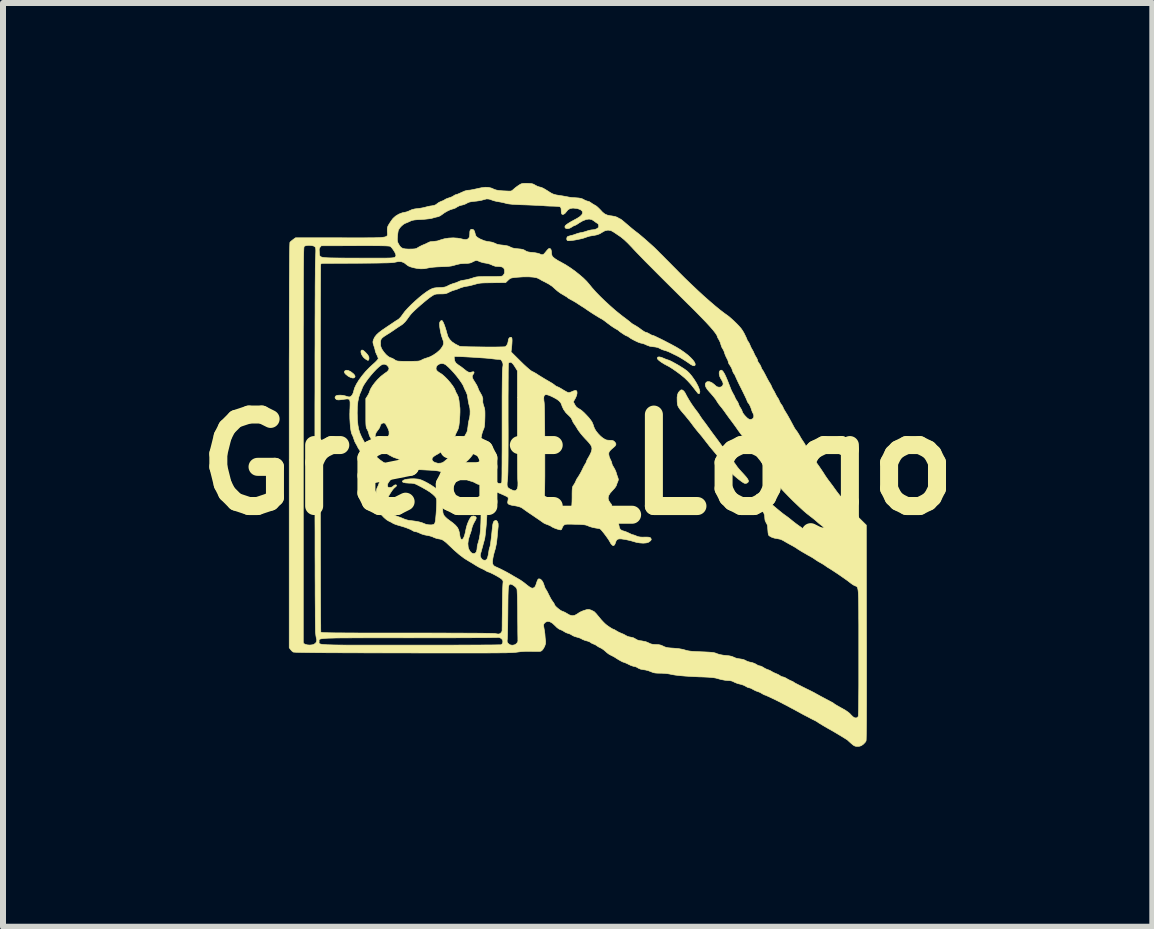
<source format=kicad_pcb>
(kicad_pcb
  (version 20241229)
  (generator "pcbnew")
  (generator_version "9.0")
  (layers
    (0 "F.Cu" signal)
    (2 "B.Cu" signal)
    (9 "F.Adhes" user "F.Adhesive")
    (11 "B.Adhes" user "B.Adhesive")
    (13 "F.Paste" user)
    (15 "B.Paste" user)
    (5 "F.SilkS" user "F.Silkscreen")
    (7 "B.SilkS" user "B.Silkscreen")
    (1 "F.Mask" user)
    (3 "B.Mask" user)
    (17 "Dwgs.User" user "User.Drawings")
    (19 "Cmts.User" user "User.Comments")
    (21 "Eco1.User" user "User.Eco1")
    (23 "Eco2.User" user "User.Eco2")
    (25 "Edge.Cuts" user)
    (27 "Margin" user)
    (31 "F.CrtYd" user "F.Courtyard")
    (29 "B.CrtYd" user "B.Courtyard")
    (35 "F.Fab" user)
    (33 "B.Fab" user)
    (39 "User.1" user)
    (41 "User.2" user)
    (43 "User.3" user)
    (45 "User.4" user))
  (footprint "Great_Logo"
    (layer "F.Cu")
    (at 6.575 4.692)
    (property "Reference" "Great_Logo" (at 0 0 0) (layer "F.SilkS") (effects (font (size 1.524 1.524) (thickness 0.3))))
    (attr through_hole)
    (fp_poly (pts (xy -3.825 -1.57) (xy -3.786 -1.552) (xy -3.77 -1.541) (xy -3.734 -1.512) (xy -3.715 -1.489) (xy -3.709 -1.469) (xy -3.712 -1.459) (xy -3.727 -1.445) (xy -3.753 -1.444) (xy -3.788 -1.455) (xy -3.824 -1.474) (xy -3.863 -1.505) (xy -3.884 -1.53) (xy -3.886 -1.552) (xy -3.881 -1.56) (xy -3.858 -1.573) (xy -3.825 -1.57)) (stroke (width 0.01) (type solid)) (fill yes) (layer "F.SilkS"))
    (fp_poly (pts (xy -3.572 -1.903) (xy -3.548 -1.883) (xy -3.522 -1.857) (xy -3.498 -1.829) (xy -3.483 -1.804) (xy -3.479 -1.795) (xy -3.477 -1.767) (xy -3.482 -1.745) (xy -3.493 -1.737) (xy -3.507 -1.743) (xy -3.529 -1.756) (xy -3.537 -1.761) (xy -3.565 -1.785) (xy -3.588 -1.815) (xy -3.604 -1.846) (xy -3.611 -1.875) (xy -3.61 -1.897) (xy -3.597 -1.909) (xy -3.59 -1.91) (xy -3.572 -1.903)) (stroke (width 0.01) (type solid)) (fill yes) (layer "F.SilkS"))
    (fp_poly (pts (xy 1.391 -1.789) (xy 1.419 -1.778) (xy 1.459 -1.761) (xy 1.5 -1.746) (xy 1.514 -1.742) (xy 1.543 -1.73) (xy 1.584 -1.709) (xy 1.633 -1.682) (xy 1.686 -1.652) (xy 1.737 -1.62) (xy 1.783 -1.59) (xy 1.818 -1.564) (xy 1.824 -1.56) (xy 1.862 -1.523) (xy 1.902 -1.475) (xy 1.941 -1.42) (xy 1.977 -1.363) (xy 2.006 -1.308) (xy 2.026 -1.258) (xy 2.036 -1.218) (xy 2.036 -1.215) (xy 2.032 -1.191) (xy 2.02 -1.181) (xy 2.005 -1.188) (xy 2.002 -1.191) (xy 1.991 -1.205) (xy 1.971 -1.23) (xy 1.948 -1.26) (xy 1.893 -1.33) (xy 1.841 -1.388) (xy 1.789 -1.44) (xy 1.729 -1.49) (xy 1.683 -1.525) (xy 1.635 -1.56) (xy 1.586 -1.594) (xy 1.541 -1.623) (xy 1.507 -1.643) (xy 1.5 -1.646) (xy 1.442 -1.677) (xy 1.394 -1.707) (xy 1.356 -1.735) (xy 1.333 -1.758) (xy 1.326 -1.773) (xy 1.334 -1.791) (xy 1.356 -1.796) (xy 1.391 -1.789)) (stroke (width 0.01) (type solid)) (fill yes) (layer "F.SilkS"))
    (fp_poly (pts (xy 1.751 -1.24) (xy 1.771 -1.223) (xy 1.79 -1.196) (xy 1.793 -1.19) (xy 1.818 -1.142) (xy 1.852 -1.083) (xy 1.89 -1.022) (xy 1.929 -0.965) (xy 1.964 -0.917) (xy 1.966 -0.914) (xy 1.993 -0.88) (xy 2.016 -0.848) (xy 2.031 -0.825) (xy 2.033 -0.821) (xy 2.046 -0.801) (xy 2.067 -0.77) (xy 2.093 -0.735) (xy 2.101 -0.725) (xy 2.131 -0.685) (xy 2.16 -0.645) (xy 2.184 -0.611) (xy 2.187 -0.608) (xy 2.208 -0.578) (xy 2.237 -0.538) (xy 2.268 -0.496) (xy 2.281 -0.479) (xy 2.363 -0.368) (xy 2.439 -0.263) (xy 2.484 -0.198) (xy 2.514 -0.157) (xy 2.545 -0.115) (xy 2.573 -0.079) (xy 2.576 -0.075) (xy 2.604 -0.04) (xy 2.632 -0.002) (xy 2.646 0.019) (xy 2.665 0.045) (xy 2.694 0.08) (xy 2.729 0.119) (xy 2.76 0.152) (xy 2.803 0.2) (xy 2.831 0.237) (xy 2.845 0.265) (xy 2.844 0.286) (xy 2.83 0.301) (xy 2.825 0.304) (xy 2.803 0.313) (xy 2.783 0.311) (xy 2.774 0.308) (xy 2.753 0.296) (xy 2.721 0.274) (xy 2.683 0.245) (xy 2.643 0.212) (xy 2.604 0.179) (xy 2.572 0.149) (xy 2.564 0.141) (xy 2.539 0.112) (xy 2.505 0.073) (xy 2.467 0.026) (xy 2.428 -0.023) (xy 2.418 -0.036) (xy 2.379 -0.085) (xy 2.339 -0.135) (xy 2.302 -0.181) (xy 2.272 -0.217) (xy 2.266 -0.224) (xy 2.234 -0.262) (xy 2.195 -0.309) (xy 2.158 -0.357) (xy 2.143 -0.376) (xy 2.108 -0.421) (xy 2.07 -0.47) (xy 2.034 -0.513) (xy 2.021 -0.528) (xy 1.988 -0.568) (xy 1.95 -0.616) (xy 1.914 -0.663) (xy 1.905 -0.676) (xy 1.87 -0.722) (xy 1.829 -0.772) (xy 1.792 -0.818) (xy 1.783 -0.828) (xy 1.74 -0.878) (xy 1.709 -0.916) (xy 1.687 -0.947) (xy 1.673 -0.972) (xy 1.664 -0.997) (xy 1.66 -1.023) (xy 1.658 -1.056) (xy 1.658 -1.065) (xy 1.657 -1.123) (xy 1.664 -1.166) (xy 1.677 -1.2) (xy 1.7 -1.227) (xy 1.703 -1.23) (xy 1.722 -1.245) (xy 1.737 -1.246) (xy 1.751 -1.24)) (stroke (width 0.01) (type solid)) (fill yes) (layer "F.SilkS"))
    (fp_poly (pts (xy -0.839 -4.687) (xy -0.793 -4.685) (xy -0.76 -4.681) (xy -0.736 -4.673) (xy -0.714 -4.661) (xy -0.709 -4.658) (xy -0.675 -4.64) (xy -0.641 -4.628) (xy -0.631 -4.626) (xy -0.608 -4.62) (xy -0.581 -4.609) (xy -0.548 -4.591) (xy -0.504 -4.564) (xy -0.457 -4.534) (xy -0.428 -4.517) (xy -0.398 -4.505) (xy -0.361 -4.495) (xy -0.309 -4.486) (xy -0.303 -4.485) (xy -0.254 -4.478) (xy -0.21 -4.47) (xy -0.176 -4.464) (xy -0.163 -4.461) (xy -0.136 -4.456) (xy -0.097 -4.451) (xy -0.051 -4.448) (xy -0.034 -4.447) (xy 0.016 -4.443) (xy 0.051 -4.437) (xy 0.08 -4.428) (xy 0.104 -4.415) (xy 0.134 -4.4) (xy 0.161 -4.391) (xy 0.17 -4.389) (xy 0.192 -4.383) (xy 0.217 -4.367) (xy 0.22 -4.365) (xy 0.249 -4.345) (xy 0.283 -4.325) (xy 0.288 -4.323) (xy 0.315 -4.306) (xy 0.346 -4.278) (xy 0.374 -4.25) (xy 0.415 -4.206) (xy 0.453 -4.176) (xy 0.494 -4.158) (xy 0.544 -4.147) (xy 0.565 -4.145) (xy 0.621 -4.135) (xy 0.661 -4.121) (xy 0.67 -4.115) (xy 0.692 -4.101) (xy 0.708 -4.095) (xy 0.709 -4.094) (xy 0.72 -4.088) (xy 0.743 -4.071) (xy 0.774 -4.045) (xy 0.811 -4.013) (xy 0.814 -4.011) (xy 0.858 -3.973) (xy 0.903 -3.935) (xy 0.945 -3.901) (xy 0.971 -3.881) (xy 1.008 -3.853) (xy 1.055 -3.814) (xy 1.109 -3.768) (xy 1.166 -3.718) (xy 1.223 -3.667) (xy 1.275 -3.62) (xy 1.318 -3.578) (xy 1.32 -3.576) (xy 1.34 -3.556) (xy 1.371 -3.524) (xy 1.414 -3.482) (xy 1.465 -3.43) (xy 1.523 -3.372) (xy 1.586 -3.308) (xy 1.652 -3.242) (xy 1.676 -3.217) (xy 1.785 -3.108) (xy 1.894 -3.003) (xy 2.001 -2.902) (xy 2.104 -2.807) (xy 2.203 -2.72) (xy 2.294 -2.642) (xy 2.376 -2.575) (xy 2.448 -2.52) (xy 2.492 -2.489) (xy 2.52 -2.468) (xy 2.557 -2.436) (xy 2.599 -2.398) (xy 2.64 -2.358) (xy 2.642 -2.357) (xy 2.687 -2.31) (xy 2.722 -2.27) (xy 2.748 -2.233) (xy 2.771 -2.194) (xy 2.781 -2.174) (xy 2.8 -2.135) (xy 2.815 -2.103) (xy 2.823 -2.082) (xy 2.824 -2.076) (xy 2.832 -2.061) (xy 2.839 -2.053) (xy 2.851 -2.036) (xy 2.865 -2.009) (xy 2.871 -1.993) (xy 2.886 -1.958) (xy 2.902 -1.927) (xy 2.908 -1.918) (xy 2.925 -1.888) (xy 2.938 -1.858) (xy 2.952 -1.827) (xy 2.971 -1.794) (xy 2.974 -1.79) (xy 2.989 -1.763) (xy 2.997 -1.741) (xy 2.997 -1.737) (xy 3.003 -1.717) (xy 3.019 -1.693) (xy 3.021 -1.69) (xy 3.041 -1.66) (xy 3.057 -1.625) (xy 3.057 -1.623) (xy 3.067 -1.598) (xy 3.077 -1.581) (xy 3.079 -1.58) (xy 3.087 -1.569) (xy 3.101 -1.544) (xy 3.12 -1.509) (xy 3.134 -1.482) (xy 3.156 -1.439) (xy 3.177 -1.4) (xy 3.194 -1.371) (xy 3.201 -1.36) (xy 3.219 -1.329) (xy 3.233 -1.298) (xy 3.244 -1.271) (xy 3.257 -1.25) (xy 3.257 -1.249) (xy 3.269 -1.231) (xy 3.284 -1.202) (xy 3.291 -1.188) (xy 3.308 -1.154) (xy 3.325 -1.125) (xy 3.331 -1.117) (xy 3.348 -1.09) (xy 3.358 -1.067) (xy 3.368 -1.043) (xy 3.386 -1.013) (xy 3.395 -1.001) (xy 3.412 -0.976) (xy 3.422 -0.956) (xy 3.424 -0.95) (xy 3.429 -0.936) (xy 3.443 -0.912) (xy 3.46 -0.884) (xy 3.498 -0.822) (xy 3.542 -0.743) (xy 3.594 -0.646) (xy 3.597 -0.64) (xy 3.615 -0.607) (xy 3.635 -0.578) (xy 3.644 -0.567) (xy 3.66 -0.545) (xy 3.68 -0.513) (xy 3.697 -0.485) (xy 3.719 -0.445) (xy 3.744 -0.406) (xy 3.759 -0.384) (xy 3.776 -0.358) (xy 3.788 -0.339) (xy 3.79 -0.333) (xy 3.795 -0.322) (xy 3.81 -0.298) (xy 3.831 -0.267) (xy 3.839 -0.257) (xy 3.863 -0.22) (xy 3.884 -0.185) (xy 3.898 -0.158) (xy 3.899 -0.154) (xy 3.914 -0.123) (xy 3.935 -0.091) (xy 3.937 -0.088) (xy 3.961 -0.057) (xy 3.993 -0.013) (xy 4.029 0.038) (xy 4.065 0.091) (xy 4.099 0.142) (xy 4.118 0.173) (xy 4.145 0.213) (xy 4.174 0.254) (xy 4.197 0.284) (xy 4.221 0.316) (xy 4.251 0.356) (xy 4.28 0.397) (xy 4.283 0.401) (xy 4.315 0.445) (xy 4.351 0.492) (xy 4.384 0.533) (xy 4.385 0.533) (xy 4.413 0.567) (xy 4.438 0.6) (xy 4.456 0.624) (xy 4.457 0.626) (xy 4.476 0.654) (xy 4.508 0.693) (xy 4.549 0.74) (xy 4.596 0.792) (xy 4.647 0.846) (xy 4.699 0.898) (xy 4.718 0.917) (xy 4.809 1.007) (xy 4.812 2.792) (xy 4.813 3.042) (xy 4.813 3.272) (xy 4.813 3.482) (xy 4.813 3.673) (xy 4.813 3.845) (xy 4.813 3.999) (xy 4.812 4.134) (xy 4.812 4.252) (xy 4.811 4.352) (xy 4.81 4.435) (xy 4.809 4.501) (xy 4.808 4.55) (xy 4.807 4.584) (xy 4.805 4.601) (xy 4.805 4.604) (xy 4.79 4.627) (xy 4.766 4.652) (xy 4.755 4.662) (xy 4.724 4.683) (xy 4.695 4.692) (xy 4.664 4.694) (xy 4.635 4.693) (xy 4.613 4.686) (xy 4.59 4.672) (xy 4.56 4.647) (xy 4.56 4.647) (xy 4.532 4.622) (xy 4.511 4.603) (xy 4.501 4.593) (xy 4.501 4.593) (xy 4.491 4.585) (xy 4.467 4.57) (xy 4.432 4.548) (xy 4.396 4.526) (xy 4.356 4.502) (xy 4.323 4.482) (xy 4.294 4.465) (xy 4.264 4.447) (xy 4.229 4.427) (xy 4.184 4.402) (xy 4.127 4.369) (xy 4.12 4.365) (xy 4.078 4.34) (xy 4.042 4.318) (xy 4.015 4.302) (xy 4.003 4.293) (xy 3.985 4.281) (xy 3.957 4.265) (xy 3.942 4.258) (xy 3.909 4.242) (xy 3.88 4.227) (xy 3.871 4.222) (xy 3.841 4.206) (xy 3.818 4.194) (xy 3.8 4.185) (xy 3.767 4.168) (xy 3.725 4.145) (xy 3.676 4.118) (xy 3.65 4.104) (xy 3.599 4.076) (xy 3.551 4.051) (xy 3.511 4.029) (xy 3.483 4.014) (xy 3.475 4.01) (xy 3.444 3.994) (xy 3.416 3.98) (xy 3.414 3.978) (xy 3.377 3.959) (xy 3.333 3.937) (xy 3.285 3.913) (xy 3.238 3.891) (xy 3.194 3.87) (xy 3.158 3.854) (xy 3.134 3.843) (xy 3.125 3.84) (xy 3.109 3.835) (xy 3.084 3.822) (xy 3.075 3.816) (xy 3.04 3.796) (xy 3.003 3.781) (xy 2.997 3.78) (xy 2.961 3.766) (xy 2.925 3.747) (xy 2.919 3.744) (xy 2.891 3.728) (xy 2.866 3.719) (xy 2.86 3.719) (xy 2.838 3.713) (xy 2.809 3.699) (xy 2.799 3.692) (xy 2.765 3.675) (xy 2.724 3.661) (xy 2.706 3.657) (xy 2.665 3.647) (xy 2.622 3.63) (xy 2.608 3.623) (xy 2.572 3.606) (xy 2.535 3.598) (xy 2.502 3.597) (xy 2.453 3.592) (xy 2.394 3.581) (xy 2.356 3.571) (xy 2.326 3.562) (xy 2.297 3.555) (xy 2.266 3.55) (xy 2.228 3.546) (xy 2.182 3.542) (xy 2.122 3.539) (xy 2.047 3.536) (xy 2.032 3.536) (xy 1.903 3.53) (xy 1.793 3.523) (xy 1.7 3.515) (xy 1.624 3.506) (xy 1.562 3.495) (xy 1.535 3.489) (xy 1.499 3.483) (xy 1.452 3.478) (xy 1.4 3.475) (xy 1.377 3.475) (xy 1.327 3.474) (xy 1.29 3.471) (xy 1.261 3.465) (xy 1.232 3.454) (xy 1.219 3.449) (xy 1.175 3.432) (xy 1.125 3.42) (xy 1.1 3.417) (xy 1.047 3.407) (xy 1.008 3.39) (xy 1.004 3.387) (xy 0.976 3.371) (xy 0.949 3.363) (xy 0.945 3.363) (xy 0.923 3.358) (xy 0.89 3.347) (xy 0.853 3.33) (xy 0.848 3.327) (xy 0.813 3.31) (xy 0.784 3.298) (xy 0.767 3.292) (xy 0.765 3.292) (xy 0.75 3.287) (xy 0.723 3.273) (xy 0.689 3.254) (xy 0.651 3.231) (xy 0.619 3.21) (xy 0.591 3.194) (xy 0.558 3.178) (xy 0.553 3.175) (xy 0.523 3.159) (xy 0.489 3.134) (xy 0.467 3.114) (xy 0.435 3.087) (xy 0.401 3.063) (xy 0.381 3.053) (xy 0.35 3.038) (xy 0.324 3.021) (xy 0.32 3.018) (xy 0.296 3.002) (xy 0.266 2.989) (xy 0.262 2.988) (xy 0.235 2.976) (xy 0.216 2.964) (xy 0.214 2.962) (xy 0.198 2.952) (xy 0.169 2.941) (xy 0.149 2.936) (xy 0.113 2.925) (xy 0.081 2.912) (xy 0.069 2.905) (xy 0.043 2.891) (xy 0.007 2.879) (xy -0.012 2.874) (xy -0.05 2.863) (xy -0.084 2.848) (xy -0.096 2.84) (xy -0.127 2.822) (xy -0.159 2.811) (xy -0.16 2.811) (xy -0.192 2.8) (xy -0.223 2.783) (xy -0.227 2.78) (xy -0.256 2.762) (xy -0.286 2.75) (xy -0.29 2.749) (xy -0.314 2.737) (xy -0.346 2.713) (xy -0.372 2.687) (xy -0.42 2.642) (xy -0.464 2.617) (xy -0.502 2.611) (xy -0.536 2.625) (xy -0.549 2.637) (xy -0.561 2.651) (xy -0.567 2.665) (xy -0.568 2.684) (xy -0.563 2.713) (xy -0.56 2.731) (xy -0.552 2.776) (xy -0.546 2.821) (xy -0.544 2.85) (xy -0.541 2.89) (xy -0.536 2.928) (xy -0.534 2.939) (xy -0.535 2.982) (xy -0.551 3.03) (xy -0.578 3.076) (xy -0.589 3.089) (xy -0.598 3.098) (xy -0.608 3.105) (xy -0.622 3.11) (xy -0.643 3.112) (xy -0.676 3.112) (xy -0.723 3.111) (xy -0.762 3.111) (xy -0.859 3.11) (xy -0.941 3.115) (xy -1.012 3.124) (xy -1.026 3.126) (xy -1.043 3.128) (xy -1.062 3.129) (xy -1.086 3.131) (xy -1.115 3.132) (xy -1.15 3.133) (xy -1.192 3.135) (xy -1.241 3.135) (xy -1.3 3.136) (xy -1.368 3.137) (xy -1.447 3.137) (xy -1.537 3.138) (xy -1.64 3.138) (xy -1.756 3.138) (xy -1.887 3.138) (xy -2.032 3.138) (xy -2.194 3.138) (xy -2.373 3.138) (xy -2.57 3.138) (xy -2.785 3.137) (xy -2.916 3.137) (xy -3.15 3.137) (xy -3.365 3.136) (xy -3.56 3.136) (xy -3.738 3.135) (xy -3.898 3.135) (xy -4.042 3.134) (xy -4.17 3.134) (xy -4.282 3.133) (xy -4.381 3.132) (xy -4.466 3.131) (xy -4.537 3.13) (xy -4.597 3.129) (xy -4.645 3.128) (xy -4.683 3.127) (xy -4.711 3.125) (xy -4.729 3.124) (xy -4.74 3.122) (xy -4.741 3.122) (xy -4.763 3.104) (xy -4.784 3.08) (xy -4.785 3.079) (xy -4.806 3.05) (xy -4.806 -0.321) (xy -4.806 -0.335) (xy -4.572 -0.335) (xy -4.572 -0.078) (xy -4.572 0.174) (xy -4.572 0.421) (xy -4.572 0.66) (xy -4.572 0.892) (xy -4.572 1.115) (xy -4.572 1.33) (xy -4.572 1.535) (xy -4.572 1.729) (xy -4.572 1.912) (xy -4.572 2.083) (xy -4.572 2.242) (xy -4.572 2.386) (xy -4.572 2.517) (xy -4.572 2.632) (xy -4.572 2.731) (xy -4.572 2.814) (xy -4.572 2.879) (xy -4.572 2.927) (xy -4.572 2.955) (xy -4.572 2.964) (xy -4.563 2.981) (xy -4.538 2.994) (xy -4.504 3.003) (xy -4.464 3.006) (xy -4.423 3.002) (xy -4.4 2.996) (xy -4.37 2.977) (xy -4.364 2.969) (xy -4.309 2.969) (xy -4.308 2.975) (xy -4.304 2.98) (xy -4.296 2.985) (xy -4.284 2.989) (xy -4.267 2.993) (xy -4.243 2.996) (xy -4.212 2.998) (xy -4.172 3.001) (xy -4.124 3.002) (xy -4.065 3.004) (xy -3.995 3.005) (xy -3.913 3.006) (xy -3.819 3.007) (xy -3.71 3.007) (xy -3.586 3.007) (xy -3.446 3.007) (xy -3.29 3.007) (xy -3.116 3.007) (xy -2.923 3.007) (xy -2.777 3.007) (xy -2.605 3.007) (xy -2.438 3.007) (xy -2.278 3.007) (xy -2.125 3.007) (xy -1.981 3.006) (xy -1.848 3.006) (xy -1.725 3.005) (xy -1.615 3.005) (xy -1.518 3.004) (xy -1.436 3.004) (xy -1.369 3.003) (xy -1.319 3.002) (xy -1.288 3.002) (xy -1.275 3.001) (xy -1.275 3.001) (xy -1.256 2.984) (xy -1.246 2.956) (xy -1.248 2.942) (xy -1.176 2.942) (xy -1.169 2.965) (xy -1.158 2.979) (xy -1.13 3.001) (xy -1.092 3.009) (xy -1.053 3.003) (xy -1.021 2.984) (xy -1 2.957) (xy -0.995 2.936) (xy -0.996 2.921) (xy -0.996 2.887) (xy -0.997 2.838) (xy -0.998 2.776) (xy -0.998 2.702) (xy -0.999 2.62) (xy -1 2.531) (xy -1 2.499) (xy -1.001 2.381) (xy -1.003 2.283) (xy -1.004 2.204) (xy -1.007 2.144) (xy -1.009 2.1) (xy -1.012 2.074) (xy -1.015 2.065) (xy -1.034 2.04) (xy -1.062 2.017) (xy -1.091 1.999) (xy -1.116 1.991) (xy -1.126 1.992) (xy -1.135 1.996) (xy -1.142 2.004) (xy -1.148 2.019) (xy -1.152 2.042) (xy -1.156 2.075) (xy -1.158 2.119) (xy -1.16 2.176) (xy -1.161 2.249) (xy -1.162 2.338) (xy -1.163 2.446) (xy -1.163 2.452) (xy -1.164 2.544) (xy -1.165 2.631) (xy -1.166 2.71) (xy -1.168 2.78) (xy -1.169 2.838) (xy -1.171 2.88) (xy -1.172 2.906) (xy -1.173 2.911) (xy -1.176 2.942) (xy -1.248 2.942) (xy -1.25 2.926) (xy -1.251 2.922) (xy -1.27 2.899) (xy -1.297 2.883) (xy -1.326 2.877) (xy -1.337 2.879) (xy -1.349 2.88) (xy -1.38 2.881) (xy -1.429 2.881) (xy -1.495 2.882) (xy -1.577 2.883) (xy -1.673 2.883) (xy -1.783 2.884) (xy -1.904 2.884) (xy -2.037 2.885) (xy -2.18 2.885) (xy -2.331 2.885) (xy -2.49 2.885) (xy -2.656 2.885) (xy -2.801 2.886) (xy -3.005 2.885) (xy -3.191 2.885) (xy -3.358 2.885) (xy -3.507 2.885) (xy -3.64 2.886) (xy -3.757 2.886) (xy -3.86 2.887) (xy -3.95 2.887) (xy -4.026 2.888) (xy -4.091 2.89) (xy -4.145 2.891) (xy -4.19 2.893) (xy -4.225 2.896) (xy -4.253 2.899) (xy -4.274 2.902) (xy -4.289 2.906) (xy -4.299 2.911) (xy -4.305 2.916) (xy -4.308 2.922) (xy -4.309 2.928) (xy -4.308 2.935) (xy -4.308 2.943) (xy -4.308 2.946) (xy -4.308 2.954) (xy -4.309 2.962) (xy -4.309 2.969) (xy -4.364 2.969) (xy -4.351 2.949) (xy -4.347 2.918) (xy -4.35 2.908) (xy -4.355 2.887) (xy -4.361 2.853) (xy -4.366 2.81) (xy -4.368 2.796) (xy -4.369 2.777) (xy -4.369 2.739) (xy -4.37 2.683) (xy -4.371 2.609) (xy -4.372 2.519) (xy -4.372 2.414) (xy -4.373 2.294) (xy -4.374 2.16) (xy -4.374 2.014) (xy -4.375 1.857) (xy -4.375 1.689) (xy -4.376 1.511) (xy -4.376 1.325) (xy -4.376 1.131) (xy -4.377 0.931) (xy -4.377 0.725) (xy -4.377 0.514) (xy -4.377 0.299) (xy -4.378 0.082) (xy -4.378 -0.137) (xy -4.378 -0.356) (xy -4.378 -0.576) (xy -4.378 -0.737) (xy -4.288 -0.737) (xy -4.288 -0.522) (xy -4.288 -0.306) (xy -4.288 -0.089) (xy -4.287 0.126) (xy -4.287 0.34) (xy -4.287 0.551) (xy -4.287 0.758) (xy -4.287 0.961) (xy -4.286 1.158) (xy -4.286 1.348) (xy -4.286 1.531) (xy -4.285 1.705) (xy -4.285 1.87) (xy -4.285 2.025) (xy -4.284 2.168) (xy -4.284 2.299) (xy -4.283 2.416) (xy -4.283 2.52) (xy -4.282 2.608) (xy -4.281 2.68) (xy -4.281 2.734) (xy -4.28 2.771) (xy -4.28 2.789) (xy -4.279 2.79) (xy -4.276 2.792) (xy -4.269 2.794) (xy -4.257 2.796) (xy -4.24 2.798) (xy -4.215 2.799) (xy -4.182 2.8) (xy -4.141 2.801) (xy -4.089 2.802) (xy -4.027 2.803) (xy -3.953 2.803) (xy -3.867 2.804) (xy -3.767 2.804) (xy -3.652 2.805) (xy -3.522 2.805) (xy -3.375 2.805) (xy -3.21 2.805) (xy -3.027 2.805) (xy -2.844 2.805) (xy -2.675 2.805) (xy -2.511 2.805) (xy -2.353 2.806) (xy -2.202 2.806) (xy -2.061 2.807) (xy -1.929 2.807) (xy -1.809 2.808) (xy -1.7 2.808) (xy -1.606 2.809) (xy -1.526 2.81) (xy -1.461 2.811) (xy -1.414 2.812) (xy -1.385 2.813) (xy -1.377 2.814) (xy -1.338 2.821) (xy -1.313 2.822) (xy -1.296 2.817) (xy -1.28 2.804) (xy -1.28 2.804) (xy -1.265 2.785) (xy -1.26 2.771) (xy -1.259 2.758) (xy -1.259 2.728) (xy -1.258 2.681) (xy -1.258 2.622) (xy -1.257 2.552) (xy -1.256 2.473) (xy -1.256 2.393) (xy -1.254 2.306) (xy -1.253 2.225) (xy -1.252 2.15) (xy -1.25 2.086) (xy -1.248 2.034) (xy -1.246 1.998) (xy -1.245 1.98) (xy -1.242 1.95) (xy -1.246 1.931) (xy -1.26 1.914) (xy -1.267 1.907) (xy -1.287 1.892) (xy -1.319 1.872) (xy -1.357 1.85) (xy -1.398 1.828) (xy -1.436 1.809) (xy -1.467 1.795) (xy -1.486 1.788) (xy -1.488 1.788) (xy -1.504 1.783) (xy -1.528 1.769) (xy -1.536 1.764) (xy -1.568 1.746) (xy -1.6 1.731) (xy -1.604 1.729) (xy -1.629 1.718) (xy -1.663 1.699) (xy -1.7 1.677) (xy -1.7 1.677) (xy -1.738 1.653) (xy -1.777 1.629) (xy -1.805 1.613) (xy -1.888 1.562) (xy -1.974 1.497) (xy -2.066 1.417) (xy -2.103 1.381) (xy -2.153 1.334) (xy -2.191 1.298) (xy -2.222 1.274) (xy -2.247 1.257) (xy -2.27 1.246) (xy -2.295 1.24) (xy -2.32 1.236) (xy -2.358 1.227) (xy -2.393 1.214) (xy -2.403 1.209) (xy -2.431 1.197) (xy -2.469 1.186) (xy -2.506 1.179) (xy -2.552 1.17) (xy -2.598 1.156) (xy -2.626 1.144) (xy -2.658 1.129) (xy -2.688 1.119) (xy -2.7 1.118) (xy -2.726 1.112) (xy -2.753 1.098) (xy -2.754 1.097) (xy -2.782 1.081) (xy -2.825 1.063) (xy -2.879 1.043) (xy -2.938 1.025) (xy -2.991 1.01) (xy -3.029 0.998) (xy -3.062 0.985) (xy -3.078 0.977) (xy -3.104 0.961) (xy -3.137 0.945) (xy -3.146 0.941) (xy -3.184 0.918) (xy -3.226 0.882) (xy -3.265 0.841) (xy -3.297 0.798) (xy -3.315 0.762) (xy -3.33 0.722) (xy -3.345 0.679) (xy -3.348 0.671) (xy -3.356 0.638) (xy -3.36 0.593) (xy -3.361 0.541) (xy -3.359 0.488) (xy -3.355 0.44) (xy -3.347 0.402) (xy -3.339 0.382) (xy -3.327 0.358) (xy -3.314 0.325) (xy -3.312 0.317) (xy -3.296 0.281) (xy -3.273 0.246) (xy -3.269 0.241) (xy -3.238 0.203) (xy -3.223 0.171) (xy -3.225 0.143) (xy -3.244 0.116) (xy -3.281 0.088) (xy -3.323 0.064) (xy -3.399 0.017) (xy -3.473 -0.043) (xy -3.539 -0.11) (xy -3.587 -0.174) (xy -3.608 -0.206) (xy -3.629 -0.235) (xy -3.636 -0.245) (xy -3.656 -0.274) (xy -3.669 -0.301) (xy -3.685 -0.332) (xy -3.699 -0.356) (xy -3.713 -0.382) (xy -3.725 -0.416) (xy -3.729 -0.427) (xy -3.741 -0.463) (xy -3.755 -0.496) (xy -3.76 -0.503) (xy -3.77 -0.531) (xy -3.779 -0.575) (xy -3.787 -0.632) (xy -3.792 -0.699) (xy -3.796 -0.772) (xy -3.797 -0.848) (xy -3.796 -0.86) (xy -3.673 -0.86) (xy -3.67 -0.751) (xy -3.669 -0.741) (xy -3.661 -0.659) (xy -3.649 -0.591) (xy -3.63 -0.529) (xy -3.603 -0.466) (xy -3.58 -0.422) (xy -3.564 -0.394) (xy -3.546 -0.359) (xy -3.538 -0.345) (xy -3.505 -0.294) (xy -3.46 -0.237) (xy -3.407 -0.18) (xy -3.35 -0.126) (xy -3.293 -0.079) (xy -3.241 -0.042) (xy -3.209 -0.025) (xy -3.177 -0.008) (xy -3.146 0.014) (xy -3.145 0.015) (xy -3.106 0.035) (xy -3.059 0.042) (xy -3.011 0.034) (xy -2.976 0.017) (xy -2.947 -0.01) (xy -2.937 -0.038) (xy -2.945 -0.065) (xy -2.961 -0.078) (xy -2.426 -0.078) (xy -2.408 -0.053) (xy -2.38 -0.037) (xy -2.327 -0.022) (xy -2.278 -0.026) (xy -2.252 -0.034) (xy -2.231 -0.047) (xy -2.2 -0.072) (xy -2.162 -0.105) (xy -2.12 -0.143) (xy -2.078 -0.183) (xy -2.04 -0.222) (xy -2.008 -0.257) (xy -1.989 -0.281) (xy -1.951 -0.335) (xy -1.924 -0.377) (xy -1.906 -0.412) (xy -1.894 -0.443) (xy -1.894 -0.444) (xy -1.88 -0.479) (xy -1.862 -0.512) (xy -1.859 -0.517) (xy -1.845 -0.542) (xy -1.836 -0.577) (xy -1.829 -0.626) (xy -1.828 -0.632) (xy -1.823 -0.675) (xy -1.817 -0.714) (xy -1.811 -0.74) (xy -1.81 -0.744) (xy -1.799 -0.786) (xy -1.793 -0.838) (xy -1.792 -0.893) (xy -1.796 -0.943) (xy -1.804 -0.975) (xy -1.813 -1.009) (xy -1.822 -1.053) (xy -1.829 -1.099) (xy -1.829 -1.099) (xy -1.841 -1.168) (xy -1.862 -1.22) (xy -1.863 -1.221) (xy -1.879 -1.253) (xy -1.892 -1.281) (xy -1.895 -1.29) (xy -1.91 -1.324) (xy -1.937 -1.368) (xy -1.973 -1.419) (xy -2.015 -1.474) (xy -2.061 -1.529) (xy -2.108 -1.58) (xy -2.153 -1.625) (xy -2.193 -1.66) (xy -2.205 -1.669) (xy -2.24 -1.684) (xy -2.276 -1.685) (xy -2.31 -1.674) (xy -2.339 -1.655) (xy -2.356 -1.628) (xy -2.36 -1.597) (xy -2.355 -1.579) (xy -2.338 -1.558) (xy -2.312 -1.538) (xy -2.302 -1.532) (xy -2.261 -1.506) (xy -2.216 -1.467) (xy -2.169 -1.42) (xy -2.124 -1.368) (xy -2.084 -1.316) (xy -2.054 -1.269) (xy -2.037 -1.229) (xy -2.027 -1.204) (xy -2.01 -1.174) (xy -2.007 -1.168) (xy -1.988 -1.126) (xy -1.977 -1.068) (xy -1.976 -1.062) (xy -1.972 -1.017) (xy -1.966 -0.974) (xy -1.962 -0.945) (xy -1.961 -0.918) (xy -1.961 -0.876) (xy -1.963 -0.824) (xy -1.967 -0.768) (xy -1.968 -0.756) (xy -1.973 -0.696) (xy -1.978 -0.653) (xy -1.984 -0.621) (xy -1.992 -0.594) (xy -2.002 -0.57) (xy -2.011 -0.554) (xy -2.027 -0.521) (xy -2.038 -0.496) (xy -2.042 -0.482) (xy -2.048 -0.469) (xy -2.064 -0.443) (xy -2.087 -0.41) (xy -2.114 -0.372) (xy -2.143 -0.335) (xy -2.17 -0.302) (xy -2.192 -0.277) (xy -2.203 -0.266) (xy -2.257 -0.225) (xy -2.319 -0.184) (xy -2.368 -0.157) (xy -2.405 -0.132) (xy -2.425 -0.105) (xy -2.426 -0.078) (xy -2.961 -0.078) (xy -2.972 -0.087) (xy -3.01 -0.102) (xy -3.072 -0.124) (xy -3.144 -0.162) (xy -3.225 -0.214) (xy -3.268 -0.245) (xy -3.319 -0.286) (xy -3.363 -0.323) (xy -3.397 -0.356) (xy -3.418 -0.381) (xy -3.424 -0.396) (xy -3.429 -0.41) (xy -3.442 -0.433) (xy -3.448 -0.441) (xy -3.457 -0.458) (xy -3.373 -0.458) (xy -3.356 -0.426) (xy -3.346 -0.417) (xy -3.311 -0.401) (xy -3.267 -0.396) (xy -3.224 -0.403) (xy -3.196 -0.417) (xy -3.16 -0.457) (xy -3.142 -0.505) (xy -3.143 -0.556) (xy -3.158 -0.598) (xy -3.174 -0.63) (xy -3.189 -0.659) (xy -3.19 -0.662) (xy -3.209 -0.689) (xy -3.233 -0.696) (xy -3.26 -0.688) (xy -3.283 -0.668) (xy -3.29 -0.645) (xy -3.299 -0.618) (xy -3.318 -0.589) (xy -3.322 -0.584) (xy -3.355 -0.54) (xy -3.373 -0.497) (xy -3.373 -0.458) (xy -3.457 -0.458) (xy -3.466 -0.475) (xy -3.478 -0.51) (xy -3.479 -0.515) (xy -3.49 -0.551) (xy -3.506 -0.586) (xy -3.508 -0.589) (xy -3.515 -0.601) (xy -3.521 -0.615) (xy -3.524 -0.631) (xy -3.527 -0.655) (xy -3.529 -0.688) (xy -3.53 -0.733) (xy -3.53 -0.793) (xy -3.53 -0.863) (xy -3.53 -1.102) (xy -3.503 -1.143) (xy -3.485 -1.175) (xy -3.471 -1.205) (xy -3.469 -1.214) (xy -3.451 -1.259) (xy -3.42 -1.311) (xy -3.379 -1.366) (xy -3.331 -1.421) (xy -3.279 -1.471) (xy -3.228 -1.511) (xy -3.217 -1.519) (xy -3.174 -1.549) (xy -3.15 -1.577) (xy -3.143 -1.602) (xy -3.152 -1.628) (xy -3.154 -1.631) (xy -3.183 -1.661) (xy -3.22 -1.674) (xy -3.247 -1.672) (xy -3.275 -1.658) (xy -3.31 -1.631) (xy -3.352 -1.592) (xy -3.397 -1.545) (xy -3.443 -1.492) (xy -3.487 -1.438) (xy -3.526 -1.384) (xy -3.559 -1.335) (xy -3.583 -1.292) (xy -3.592 -1.268) (xy -3.6 -1.247) (xy -3.613 -1.215) (xy -3.627 -1.184) (xy -3.647 -1.125) (xy -3.662 -1.05) (xy -3.671 -0.961) (xy -3.673 -0.86) (xy -3.796 -0.86) (xy -3.795 -0.922) (xy -3.794 -0.93) (xy -3.792 -0.993) (xy -3.792 -1.039) (xy -3.796 -1.069) (xy -3.807 -1.087) (xy -3.826 -1.095) (xy -3.855 -1.094) (xy -3.895 -1.089) (xy -3.905 -1.087) (xy -3.954 -1.081) (xy -3.987 -1.079) (xy -4.01 -1.082) (xy -4.018 -1.085) (xy -4.038 -1.102) (xy -4.043 -1.124) (xy -4.03 -1.144) (xy -4.024 -1.148) (xy -3.996 -1.156) (xy -3.956 -1.158) (xy -3.912 -1.155) (xy -3.874 -1.146) (xy -3.864 -1.143) (xy -3.834 -1.133) (xy -3.807 -1.128) (xy -3.804 -1.128) (xy -3.778 -1.137) (xy -3.755 -1.163) (xy -3.738 -1.2) (xy -3.733 -1.222) (xy -3.717 -1.277) (xy -3.687 -1.34) (xy -3.644 -1.41) (xy -3.592 -1.481) (xy -3.532 -1.553) (xy -3.467 -1.62) (xy -3.424 -1.66) (xy -3.386 -1.694) (xy -3.355 -1.724) (xy -3.333 -1.749) (xy -3.323 -1.764) (xy -3.322 -1.766) (xy -3.327 -1.784) (xy -3.338 -1.813) (xy -3.348 -1.833) (xy -3.362 -1.864) (xy -3.371 -1.889) (xy -3.373 -1.898) (xy -3.376 -1.915) (xy -3.384 -1.945) (xy -3.395 -1.978) (xy -3.406 -2.013) (xy -3.408 -2.024) (xy -3.286 -2.024) (xy -3.283 -1.978) (xy -3.27 -1.94) (xy -3.259 -1.92) (xy -3.229 -1.876) (xy -3.195 -1.836) (xy -3.16 -1.805) (xy -3.129 -1.786) (xy -3.12 -1.783) (xy -3.092 -1.773) (xy -3.06 -1.756) (xy -3.051 -1.749) (xy -3.037 -1.74) (xy -3.024 -1.733) (xy -3.008 -1.728) (xy -2.987 -1.725) (xy -2.956 -1.723) (xy -2.914 -1.722) (xy -2.855 -1.722) (xy -2.824 -1.722) (xy -2.758 -1.722) (xy -2.708 -1.723) (xy -2.672 -1.724) (xy -2.646 -1.727) (xy -2.627 -1.731) (xy -2.612 -1.737) (xy -2.598 -1.745) (xy -2.562 -1.762) (xy -2.521 -1.776) (xy -2.511 -1.779) (xy -2.46 -1.797) (xy -2.447 -1.803) (xy -2.057 -1.803) (xy -2.056 -1.769) (xy -2.048 -1.726) (xy -2.027 -1.692) (xy -1.989 -1.662) (xy -1.982 -1.657) (xy -1.947 -1.634) (xy -1.909 -1.605) (xy -1.887 -1.587) (xy -1.847 -1.556) (xy -1.816 -1.54) (xy -1.787 -1.537) (xy -1.767 -1.543) (xy -1.739 -1.549) (xy -1.726 -1.542) (xy -1.729 -1.524) (xy -1.737 -1.511) (xy -1.751 -1.491) (xy -1.757 -1.472) (xy -1.754 -1.45) (xy -1.742 -1.422) (xy -1.718 -1.383) (xy -1.701 -1.356) (xy -1.681 -1.323) (xy -1.666 -1.291) (xy -1.66 -1.275) (xy -1.65 -1.248) (xy -1.633 -1.215) (xy -1.626 -1.204) (xy -1.595 -1.148) (xy -1.58 -1.099) (xy -1.581 -1.068) (xy -1.581 -1.039) (xy -1.572 -0.998) (xy -1.565 -0.978) (xy -1.556 -0.951) (xy -1.55 -0.926) (xy -1.546 -0.897) (xy -1.545 -0.861) (xy -1.545 -0.812) (xy -1.546 -0.771) (xy -1.548 -0.71) (xy -1.551 -0.666) (xy -1.555 -0.634) (xy -1.56 -0.61) (xy -1.568 -0.591) (xy -1.571 -0.584) (xy -1.585 -0.549) (xy -1.597 -0.507) (xy -1.6 -0.488) (xy -1.609 -0.447) (xy -1.623 -0.407) (xy -1.63 -0.391) (xy -1.646 -0.359) (xy -1.658 -0.33) (xy -1.66 -0.323) (xy -1.67 -0.297) (xy -1.686 -0.266) (xy -1.695 -0.251) (xy -1.717 -0.218) (xy -1.743 -0.179) (xy -1.761 -0.152) (xy -1.79 -0.115) (xy -1.826 -0.076) (xy -1.854 -0.052) (xy -1.89 -0.02) (xy -1.911 0.005) (xy -1.917 0.027) (xy -1.911 0.049) (xy -1.91 0.05) (xy -1.895 0.07) (xy -1.872 0.083) (xy -1.835 0.093) (xy -1.814 0.096) (xy -1.777 0.104) (xy -1.743 0.116) (xy -1.732 0.122) (xy -1.7 0.137) (xy -1.666 0.147) (xy -1.634 0.158) (xy -1.6 0.175) (xy -1.595 0.178) (xy -1.563 0.195) (xy -1.53 0.207) (xy -1.525 0.208) (xy -1.496 0.218) (xy -1.461 0.235) (xy -1.444 0.245) (xy -1.417 0.261) (xy -1.395 0.272) (xy -1.387 0.275) (xy -1.372 0.28) (xy -1.351 0.294) (xy -1.351 0.295) (xy -1.322 0.31) (xy -1.294 0.314) (xy -1.272 0.307) (xy -1.265 0.297) (xy -1.264 0.285) (xy -1.263 0.253) (xy -1.262 0.204) (xy -1.261 0.14) (xy -1.261 0.06) (xy -1.26 -0.032) (xy -1.26 -0.135) (xy -1.259 -0.249) (xy -1.259 -0.371) (xy -1.259 -0.501) (xy -1.259 -0.636) (xy -1.259 -0.64) (xy -1.259 -0.825) (xy -1.259 -0.99) (xy -1.259 -1.135) (xy -1.258 -1.261) (xy -1.257 -1.367) (xy -1.256 -1.455) (xy -1.255 -1.524) (xy -1.253 -1.574) (xy -1.251 -1.607) (xy -1.249 -1.618) (xy -1.244 -1.655) (xy -1.244 -1.681) (xy -1.252 -1.704) (xy -1.257 -1.715) (xy -1.269 -1.738) (xy -1.283 -1.749) (xy -1.306 -1.754) (xy -1.326 -1.755) (xy -1.362 -1.757) (xy -1.408 -1.762) (xy -1.455 -1.768) (xy -1.458 -1.768) (xy -1.492 -1.772) (xy -1.542 -1.776) (xy -1.605 -1.78) (xy -1.676 -1.785) (xy -1.752 -1.79) (xy -1.828 -1.794) (xy -1.901 -1.798) (xy -1.968 -1.801) (xy -2.007 -1.802) (xy -2.057 -1.803) (xy -2.447 -1.803) (xy -2.404 -1.827) (xy -2.348 -1.865) (xy -2.3 -1.907) (xy -2.274 -1.937) (xy -2.247 -1.978) (xy -2.234 -2.015) (xy -2.237 -2.053) (xy -2.252 -2.1) (xy -2.255 -2.107) (xy -2.267 -2.142) (xy -2.279 -2.187) (xy -2.289 -2.237) (xy -2.297 -2.285) (xy -2.301 -2.327) (xy -2.301 -2.356) (xy -2.301 -2.362) (xy -2.289 -2.389) (xy -2.272 -2.402) (xy -2.257 -2.399) (xy -2.247 -2.385) (xy -2.233 -2.356) (xy -2.217 -2.316) (xy -2.202 -2.271) (xy -2.188 -2.225) (xy -2.179 -2.191) (xy -2.162 -2.135) (xy -2.134 -2.088) (xy -2.095 -2.047) (xy -2.04 -2.01) (xy -1.968 -1.973) (xy -1.966 -1.972) (xy -1.951 -1.97) (xy -1.918 -1.968) (xy -1.871 -1.966) (xy -1.812 -1.964) (xy -1.745 -1.963) (xy -1.671 -1.962) (xy -1.594 -1.961) (xy -1.517 -1.96) (xy -1.442 -1.96) (xy -1.373 -1.96) (xy -1.312 -1.961) (xy -1.262 -1.962) (xy -1.227 -1.963) (xy -1.208 -1.965) (xy -1.206 -1.966) (xy -1.185 -1.984) (xy -1.168 -2.014) (xy -1.159 -2.049) (xy -1.158 -2.06) (xy -1.152 -2.092) (xy -1.137 -2.115) (xy -1.116 -2.122) (xy -1.112 -2.122) (xy -1.1 -2.117) (xy -1.095 -2.103) (xy -1.093 -2.077) (xy -1.093 -2.062) (xy -1.095 -2.02) (xy -1.099 -1.971) (xy -1.102 -1.943) (xy -1.11 -1.879) (xy -0.954 -1.724) (xy -0.901 -1.672) (xy -0.853 -1.628) (xy -0.812 -1.592) (xy -0.781 -1.567) (xy -0.762 -1.555) (xy -0.731 -1.54) (xy -0.696 -1.52) (xy -0.686 -1.514) (xy -0.647 -1.488) (xy -0.598 -1.458) (xy -0.547 -1.427) (xy -0.499 -1.399) (xy -0.461 -1.377) (xy -0.458 -1.375) (xy -0.424 -1.355) (xy -0.391 -1.332) (xy -0.386 -1.327) (xy -0.363 -1.31) (xy -0.345 -1.301) (xy -0.342 -1.3) (xy -0.329 -1.295) (xy -0.302 -1.282) (xy -0.268 -1.262) (xy -0.249 -1.25) (xy -0.211 -1.228) (xy -0.179 -1.21) (xy -0.156 -1.201) (xy -0.15 -1.199) (xy -0.131 -1.203) (xy -0.102 -1.214) (xy -0.088 -1.221) (xy -0.058 -1.232) (xy -0.034 -1.237) (xy -0.026 -1.236) (xy -0.013 -1.221) (xy -0.01 -1.193) (xy -0.017 -1.156) (xy -0.034 -1.115) (xy -0.041 -1.102) (xy -0.072 -1.047) (xy -0.052 -1.008) (xy -0.036 -0.98) (xy -0.019 -0.959) (xy 0.005 -0.941) (xy 0.038 -0.922) (xy 0.068 -0.901) (xy 0.105 -0.868) (xy 0.145 -0.827) (xy 0.184 -0.785) (xy 0.216 -0.744) (xy 0.239 -0.711) (xy 0.241 -0.706) (xy 0.256 -0.672) (xy 0.267 -0.639) (xy 0.269 -0.632) (xy 0.283 -0.598) (xy 0.309 -0.556) (xy 0.344 -0.513) (xy 0.383 -0.473) (xy 0.419 -0.444) (xy 0.453 -0.423) (xy 0.48 -0.411) (xy 0.51 -0.407) (xy 0.532 -0.406) (xy 0.569 -0.405) (xy 0.593 -0.398) (xy 0.612 -0.385) (xy 0.615 -0.381) (xy 0.635 -0.356) (xy 0.637 -0.334) (xy 0.623 -0.31) (xy 0.603 -0.291) (xy 0.565 -0.259) (xy 0.541 -0.235) (xy 0.527 -0.217) (xy 0.52 -0.2) (xy 0.518 -0.181) (xy 0.518 -0.174) (xy 0.525 -0.134) (xy 0.543 -0.091) (xy 0.543 -0.09) (xy 0.558 -0.06) (xy 0.568 -0.033) (xy 0.569 -0.025) (xy 0.574 -0.004) (xy 0.588 0.024) (xy 0.6 0.043) (xy 0.621 0.081) (xy 0.639 0.122) (xy 0.644 0.139) (xy 0.655 0.175) (xy 0.667 0.209) (xy 0.671 0.219) (xy 0.678 0.245) (xy 0.674 0.268) (xy 0.668 0.283) (xy 0.655 0.314) (xy 0.646 0.344) (xy 0.635 0.365) (xy 0.614 0.394) (xy 0.588 0.422) (xy 0.543 0.472) (xy 0.516 0.516) (xy 0.507 0.557) (xy 0.517 0.597) (xy 0.543 0.638) (xy 0.552 0.648) (xy 0.564 0.665) (xy 0.57 0.689) (xy 0.571 0.724) (xy 0.571 0.734) (xy 0.57 0.761) (xy 0.572 0.782) (xy 0.576 0.801) (xy 0.587 0.822) (xy 0.604 0.85) (xy 0.63 0.889) (xy 0.644 0.909) (xy 0.673 0.96) (xy 0.687 1.006) (xy 0.688 1.014) (xy 0.697 1.056) (xy 0.714 1.083) (xy 0.745 1.1) (xy 0.767 1.106) (xy 0.804 1.118) (xy 0.845 1.136) (xy 0.86 1.143) (xy 0.889 1.157) (xy 0.912 1.167) (xy 0.92 1.168) (xy 0.936 1.172) (xy 0.963 1.182) (xy 0.979 1.189) (xy 1.009 1.2) (xy 1.042 1.206) (xy 1.084 1.208) (xy 1.112 1.207) (xy 1.157 1.207) (xy 1.186 1.209) (xy 1.205 1.214) (xy 1.216 1.222) (xy 1.227 1.243) (xy 1.218 1.265) (xy 1.189 1.287) (xy 1.178 1.294) (xy 1.142 1.304) (xy 1.092 1.308) (xy 1.035 1.304) (xy 0.976 1.294) (xy 0.932 1.281) (xy 0.894 1.27) (xy 0.845 1.258) (xy 0.794 1.247) (xy 0.781 1.245) (xy 0.726 1.237) (xy 0.688 1.237) (xy 0.662 1.245) (xy 0.644 1.263) (xy 0.632 1.293) (xy 0.63 1.301) (xy 0.616 1.335) (xy 0.599 1.349) (xy 0.579 1.344) (xy 0.555 1.318) (xy 0.534 1.281) (xy 0.518 1.254) (xy 0.494 1.219) (xy 0.466 1.18) (xy 0.437 1.142) (xy 0.409 1.107) (xy 0.387 1.082) (xy 0.374 1.071) (xy 0.357 1.065) (xy 0.327 1.06) (xy 0.3 1.056) (xy 0.254 1.047) (xy 0.205 1.033) (xy 0.183 1.024) (xy 0.16 1.014) (xy 0.138 1.007) (xy 0.112 1.002) (xy 0.078 0.999) (xy 0.033 0.996) (xy -0.027 0.994) (xy -0.039 0.994) (xy -0.101 0.992) (xy -0.147 0.992) (xy -0.179 0.992) (xy -0.2 0.995) (xy -0.215 0.999) (xy -0.226 1.006) (xy -0.229 1.008) (xy -0.249 1.032) (xy -0.259 1.057) (xy -0.27 1.081) (xy -0.284 1.087) (xy -0.307 1.083) (xy -0.342 1.073) (xy -0.379 1.06) (xy -0.413 1.045) (xy -0.435 1.033) (xy -0.437 1.031) (xy -0.456 1.019) (xy -0.486 1.006) (xy -0.504 0.999) (xy -0.536 0.987) (xy -0.561 0.975) (xy -0.569 0.97) (xy -0.583 0.96) (xy -0.61 0.941) (xy -0.647 0.915) (xy -0.69 0.886) (xy -0.706 0.875) (xy -0.769 0.832) (xy -0.817 0.8) (xy -0.853 0.775) (xy -0.881 0.755) (xy -0.902 0.74) (xy -0.919 0.727) (xy -0.927 0.722) (xy -0.956 0.707) (xy -1.003 0.693) (xy -1.04 0.686) (xy -1.095 0.677) (xy -1.132 0.667) (xy -1.154 0.656) (xy -1.165 0.642) (xy -1.166 0.624) (xy -1.165 0.616) (xy -1.158 0.579) (xy -1.157 0.557) (xy -1.162 0.544) (xy -1.173 0.535) (xy -1.179 0.532) (xy -1.214 0.515) (xy -1.256 0.496) (xy -1.298 0.478) (xy -1.334 0.462) (xy -1.359 0.453) (xy -1.361 0.452) (xy -1.386 0.442) (xy -1.418 0.427) (xy -1.427 0.422) (xy -1.459 0.406) (xy -1.49 0.394) (xy -1.497 0.392) (xy -1.526 0.381) (xy -1.554 0.364) (xy -1.583 0.349) (xy -1.608 0.341) (xy -1.176 0.341) (xy -1.17 0.368) (xy -1.157 0.387) (xy -1.134 0.402) (xy -1.115 0.412) (xy -1.08 0.428) (xy -1.057 0.435) (xy -1.041 0.434) (xy -1.026 0.426) (xy -1.022 0.423) (xy -1.005 0.399) (xy -0.996 0.358) (xy -0.995 0.301) (xy -0.998 0.259) (xy -0.999 0.238) (xy -1 0.199) (xy -1.001 0.142) (xy -1.002 0.07) (xy -1.002 -0.016) (xy -1.003 -0.114) (xy -1.004 -0.223) (xy -1.004 -0.34) (xy -1.004 -0.465) (xy -1.004 -0.595) (xy -1.004 -0.688) (xy -1.004 -1.117) (xy -0.566 -1.117) (xy -0.563 -1.07) (xy -0.559 -1.041) (xy -0.557 -1.02) (xy -0.555 -0.98) (xy -0.553 -0.923) (xy -0.552 -0.853) (xy -0.551 -0.77) (xy -0.55 -0.677) (xy -0.549 -0.576) (xy -0.548 -0.469) (xy -0.547 -0.357) (xy -0.547 -0.243) (xy -0.547 -0.13) (xy -0.547 -0.018) (xy -0.547 0.09) (xy -0.547 0.192) (xy -0.548 0.286) (xy -0.549 0.371) (xy -0.55 0.443) (xy -0.552 0.501) (xy -0.553 0.543) (xy -0.555 0.562) (xy -0.557 0.614) (xy -0.55 0.65) (xy -0.533 0.674) (xy -0.504 0.69) (xy -0.499 0.692) (xy -0.465 0.705) (xy -0.43 0.724) (xy -0.427 0.726) (xy -0.393 0.743) (xy -0.355 0.757) (xy -0.345 0.76) (xy -0.308 0.771) (xy -0.272 0.783) (xy -0.264 0.787) (xy -0.229 0.799) (xy -0.2 0.801) (xy -0.168 0.793) (xy -0.164 0.792) (xy -0.141 0.781) (xy -0.123 0.766) (xy -0.111 0.745) (xy -0.102 0.713) (xy -0.097 0.669) (xy -0.094 0.61) (xy -0.093 0.545) (xy -0.093 0.482) (xy -0.092 0.436) (xy -0.09 0.403) (xy -0.087 0.38) (xy -0.082 0.364) (xy -0.075 0.351) (xy -0.068 0.342) (xy -0.048 0.31) (xy -0.031 0.276) (xy -0.031 0.274) (xy -0.018 0.246) (xy -0.006 0.225) (xy -0.004 0.224) (xy 0.013 0.198) (xy 0.036 0.16) (xy 0.061 0.115) (xy 0.084 0.068) (xy 0.087 0.061) (xy 0.103 0.029) (xy 0.118 0.002) (xy 0.126 -0.01) (xy 0.139 -0.032) (xy 0.146 -0.052) (xy 0.155 -0.076) (xy 0.172 -0.107) (xy 0.178 -0.117) (xy 0.197 -0.15) (xy 0.217 -0.19) (xy 0.225 -0.21) (xy 0.235 -0.243) (xy 0.238 -0.272) (xy 0.232 -0.3) (xy 0.216 -0.33) (xy 0.188 -0.366) (xy 0.147 -0.411) (xy 0.129 -0.429) (xy 0.09 -0.472) (xy 0.052 -0.517) (xy 0.021 -0.558) (xy -0.000141 -0.589) (xy -0.022 -0.626) (xy -0.044 -0.66) (xy -0.059 -0.681) (xy -0.079 -0.712) (xy -0.092 -0.746) (xy -0.093 -0.746) (xy -0.111 -0.781) (xy -0.145 -0.817) (xy -0.148 -0.819) (xy -0.197 -0.867) (xy -0.235 -0.921) (xy -0.26 -0.975) (xy -0.264 -0.989) (xy -0.281 -1.03) (xy -0.312 -1.064) (xy -0.347 -1.09) (xy -0.393 -1.116) (xy -0.441 -1.14) (xy -0.486 -1.158) (xy -0.515 -1.166) (xy -0.542 -1.164) (xy -0.559 -1.148) (xy -0.566 -1.117) (xy -1.004 -1.117) (xy -1.004 -1.564) (xy -1.027 -1.602) (xy -1.058 -1.651) (xy -1.083 -1.684) (xy -1.104 -1.701) (xy -1.122 -1.707) (xy -1.144 -1.7) (xy -1.153 -1.689) (xy -1.154 -1.677) (xy -1.155 -1.645) (xy -1.156 -1.596) (xy -1.157 -1.532) (xy -1.157 -1.452) (xy -1.158 -1.36) (xy -1.158 -1.257) (xy -1.159 -1.143) (xy -1.159 -1.021) (xy -1.159 -0.892) (xy -1.159 -0.757) (xy -1.159 -0.757) (xy -1.158 -0.577) (xy -1.158 -0.417) (xy -1.159 -0.276) (xy -1.159 -0.153) (xy -1.16 -0.048) (xy -1.161 0.041) (xy -1.162 0.114) (xy -1.164 0.171) (xy -1.166 0.213) (xy -1.168 0.242) (xy -1.169 0.247) (xy -1.175 0.302) (xy -1.176 0.341) (xy -1.608 0.341) (xy -1.618 0.337) (xy -1.63 0.334) (xy -1.665 0.325) (xy -1.697 0.31) (xy -1.704 0.305) (xy -1.732 0.291) (xy -1.768 0.278) (xy -1.78 0.275) (xy -1.818 0.263) (xy -1.856 0.247) (xy -1.864 0.243) (xy -1.9 0.226) (xy -1.939 0.214) (xy -1.946 0.212) (xy -1.985 0.201) (xy -2.023 0.183) (xy -2.029 0.179) (xy -2.065 0.162) (xy -2.111 0.151) (xy -2.143 0.148) (xy -2.189 0.141) (xy -2.236 0.131) (xy -2.27 0.12) (xy -2.294 0.112) (xy -2.325 0.105) (xy -2.364 0.1) (xy -2.416 0.095) (xy -2.484 0.091) (xy -2.51 0.09) (xy -2.603 0.085) (xy -2.679 0.083) (xy -2.739 0.084) (xy -2.787 0.088) (xy -2.826 0.094) (xy -2.856 0.104) (xy -2.879 0.115) (xy -2.913 0.132) (xy -2.947 0.145) (xy -2.957 0.147) (xy -3.017 0.169) (xy -3.076 0.21) (xy -3.123 0.258) (xy -3.149 0.291) (xy -3.163 0.315) (xy -3.168 0.335) (xy -3.168 0.348) (xy -3.164 0.369) (xy -3.155 0.378) (xy -3.132 0.38) (xy -3.126 0.38) (xy -3.092 0.373) (xy -3.072 0.357) (xy -3.055 0.342) (xy -3.036 0.336) (xy -3.021 0.339) (xy -3.018 0.348) (xy -3.025 0.362) (xy -3.044 0.378) (xy -3.046 0.38) (xy -3.065 0.397) (xy -3.089 0.427) (xy -3.114 0.464) (xy -3.124 0.48) (xy -3.148 0.521) (xy -3.163 0.552) (xy -3.172 0.581) (xy -3.176 0.614) (xy -3.178 0.633) (xy -3.178 0.692) (xy -3.17 0.736) (xy -3.15 0.771) (xy -3.116 0.802) (xy -3.095 0.816) (xy -3.056 0.839) (xy -3.015 0.858) (xy -2.989 0.867) (xy -2.95 0.881) (xy -2.91 0.897) (xy -2.898 0.903) (xy -2.863 0.916) (xy -2.821 0.927) (xy -2.797 0.93) (xy -2.711 0.941) (xy -2.64 0.954) (xy -2.586 0.97) (xy -2.566 0.979) (xy -2.527 0.994) (xy -2.484 1.002) (xy -2.441 1.004) (xy -2.407 0.999) (xy -2.393 0.992) (xy -2.385 0.984) (xy -2.379 0.971) (xy -2.373 0.95) (xy -2.368 0.92) (xy -2.364 0.877) (xy -2.359 0.821) (xy -2.354 0.748) (xy -2.351 0.69) (xy -2.349 0.638) (xy -2.349 0.602) (xy -2.352 0.576) (xy -2.358 0.556) (xy -2.361 0.55) (xy -2.382 0.524) (xy -2.416 0.492) (xy -2.461 0.457) (xy -2.513 0.424) (xy -2.537 0.41) (xy -2.597 0.376) (xy -2.643 0.352) (xy -2.678 0.334) (xy -2.704 0.322) (xy -2.727 0.315) (xy -2.748 0.311) (xy -2.771 0.309) (xy -2.8 0.308) (xy -2.809 0.308) (xy -2.866 0.304) (xy -2.903 0.296) (xy -2.92 0.286) (xy -2.918 0.272) (xy -2.902 0.259) (xy -2.874 0.248) (xy -2.833 0.241) (xy -2.782 0.236) (xy -2.728 0.235) (xy -2.676 0.239) (xy -2.649 0.242) (xy -2.607 0.255) (xy -2.555 0.278) (xy -2.496 0.309) (xy -2.436 0.345) (xy -2.378 0.384) (xy -2.328 0.423) (xy -2.314 0.436) (xy -2.288 0.46) (xy -2.269 0.483) (xy -2.257 0.509) (xy -2.25 0.54) (xy -2.247 0.582) (xy -2.247 0.638) (xy -2.247 0.668) (xy -2.248 0.725) (xy -2.248 0.765) (xy -2.246 0.793) (xy -2.242 0.813) (xy -2.236 0.83) (xy -2.227 0.846) (xy -2.205 0.872) (xy -2.174 0.901) (xy -2.142 0.925) (xy -2.082 0.969) (xy -2.037 1.008) (xy -2.005 1.045) (xy -1.984 1.084) (xy -1.972 1.129) (xy -1.966 1.165) (xy -1.958 1.212) (xy -1.945 1.239) (xy -1.931 1.248) (xy -1.915 1.24) (xy -1.898 1.215) (xy -1.883 1.174) (xy -1.869 1.118) (xy -1.865 1.094) (xy -1.854 1.043) (xy -1.838 0.991) (xy -1.818 0.942) (xy -1.797 0.901) (xy -1.777 0.872) (xy -1.765 0.862) (xy -1.736 0.855) (xy -1.708 0.862) (xy -1.693 0.875) (xy -1.69 0.889) (xy -1.695 0.909) (xy -1.712 0.94) (xy -1.719 0.952) (xy -1.739 0.99) (xy -1.755 1.03) (xy -1.763 1.057) (xy -1.77 1.089) (xy -1.783 1.132) (xy -1.799 1.175) (xy -1.799 1.177) (xy -1.821 1.248) (xy -1.829 1.316) (xy -1.824 1.377) (xy -1.814 1.407) (xy -1.79 1.449) (xy -1.763 1.474) (xy -1.734 1.483) (xy -1.708 1.476) (xy -1.688 1.453) (xy -1.678 1.415) (xy -1.676 1.394) (xy -1.673 1.36) (xy -1.663 1.318) (xy -1.655 1.293) (xy -1.64 1.235) (xy -1.627 1.16) (xy -1.618 1.07) (xy -1.613 0.967) (xy -1.611 0.888) (xy -1.611 0.83) (xy -1.609 0.788) (xy -1.607 0.76) (xy -1.602 0.741) (xy -1.596 0.729) (xy -1.591 0.722) (xy -1.565 0.703) (xy -1.542 0.703) (xy -1.523 0.72) (xy -1.512 0.752) (xy -1.511 0.769) (xy -1.511 0.805) (xy -1.513 0.855) (xy -1.517 0.914) (xy -1.521 0.979) (xy -1.527 1.045) (xy -1.533 1.108) (xy -1.539 1.164) (xy -1.545 1.209) (xy -1.55 1.238) (xy -1.551 1.242) (xy -1.562 1.281) (xy -1.575 1.328) (xy -1.585 1.367) (xy -1.597 1.409) (xy -1.608 1.451) (xy -1.617 1.479) (xy -1.623 1.509) (xy -1.621 1.53) (xy -1.609 1.555) (xy -1.609 1.556) (xy -1.589 1.582) (xy -1.563 1.592) (xy -1.557 1.593) (xy -1.533 1.591) (xy -1.515 1.579) (xy -1.502 1.552) (xy -1.491 1.51) (xy -1.484 1.47) (xy -1.478 1.429) (xy -1.47 1.394) (xy -1.463 1.372) (xy -1.462 1.37) (xy -1.458 1.353) (xy -1.452 1.32) (xy -1.446 1.274) (xy -1.439 1.219) (xy -1.432 1.157) (xy -1.432 1.156) (xy -1.425 1.086) (xy -1.419 1.035) (xy -1.414 0.997) (xy -1.408 0.972) (xy -1.402 0.955) (xy -1.395 0.944) (xy -1.393 0.942) (xy -1.371 0.928) (xy -1.351 0.932) (xy -1.335 0.952) (xy -1.325 0.983) (xy -1.324 1.025) (xy -1.325 1.036) (xy -1.328 1.065) (xy -1.332 1.107) (xy -1.337 1.158) (xy -1.341 1.207) (xy -1.352 1.306) (xy -1.369 1.388) (xy -1.375 1.411) (xy -1.39 1.461) (xy -1.404 1.516) (xy -1.413 1.562) (xy -1.419 1.615) (xy -1.416 1.653) (xy -1.403 1.679) (xy -1.379 1.696) (xy -1.374 1.698) (xy -1.341 1.713) (xy -1.295 1.734) (xy -1.243 1.76) (xy -1.191 1.787) (xy -1.144 1.813) (xy -1.108 1.834) (xy -1.107 1.834) (xy -1.066 1.859) (xy -1.02 1.885) (xy -0.996 1.899) (xy -0.955 1.923) (xy -0.912 1.953) (xy -0.889 1.97) (xy -0.842 2.008) (xy -0.807 2.034) (xy -0.782 2.05) (xy -0.763 2.057) (xy -0.748 2.058) (xy -0.736 2.054) (xy -0.72 2.044) (xy -0.707 2.029) (xy -0.696 2.003) (xy -0.683 1.964) (xy -0.679 1.951) (xy -0.665 1.917) (xy -0.649 1.902) (xy -0.647 1.902) (xy -0.623 1.907) (xy -0.598 1.928) (xy -0.576 1.964) (xy -0.562 2.001) (xy -0.551 2.035) (xy -0.54 2.062) (xy -0.533 2.073) (xy -0.521 2.091) (xy -0.505 2.119) (xy -0.5 2.129) (xy -0.483 2.164) (xy -0.463 2.203) (xy -0.457 2.215) (xy -0.438 2.249) (xy -0.417 2.28) (xy -0.41 2.289) (xy -0.394 2.312) (xy -0.386 2.33) (xy -0.386 2.332) (xy -0.378 2.347) (xy -0.358 2.369) (xy -0.331 2.393) (xy -0.301 2.417) (xy -0.273 2.435) (xy -0.252 2.444) (xy -0.226 2.454) (xy -0.195 2.47) (xy -0.186 2.476) (xy -0.135 2.505) (xy -0.091 2.517) (xy -0.05 2.511) (xy -0.007 2.488) (xy 0.005 2.479) (xy 0.036 2.459) (xy 0.077 2.44) (xy 0.11 2.428) (xy 0.146 2.417) (xy 0.172 2.413) (xy 0.193 2.414) (xy 0.219 2.422) (xy 0.225 2.424) (xy 0.275 2.449) (xy 0.307 2.481) (xy 0.356 2.54) (xy 0.394 2.586) (xy 0.427 2.621) (xy 0.455 2.649) (xy 0.482 2.672) (xy 0.512 2.694) (xy 0.514 2.695) (xy 0.547 2.717) (xy 0.575 2.734) (xy 0.593 2.742) (xy 0.595 2.743) (xy 0.61 2.748) (xy 0.634 2.762) (xy 0.645 2.769) (xy 0.68 2.789) (xy 0.72 2.807) (xy 0.729 2.811) (xy 0.764 2.825) (xy 0.795 2.842) (xy 0.803 2.847) (xy 0.831 2.861) (xy 0.866 2.871) (xy 0.88 2.873) (xy 0.93 2.885) (xy 0.964 2.904) (xy 0.996 2.922) (xy 1.038 2.933) (xy 1.066 2.936) (xy 1.136 2.95) (xy 1.183 2.97) (xy 1.217 2.986) (xy 1.251 2.994) (xy 1.293 2.997) (xy 1.302 2.997) (xy 1.349 2.999) (xy 1.386 3.007) (xy 1.423 3.023) (xy 1.425 3.024) (xy 1.452 3.037) (xy 1.479 3.045) (xy 1.511 3.051) (xy 1.554 3.055) (xy 1.6 3.058) (xy 1.68 3.065) (xy 1.743 3.076) (xy 1.788 3.088) (xy 1.814 3.096) (xy 1.842 3.102) (xy 1.875 3.107) (xy 1.916 3.111) (xy 1.97 3.114) (xy 2.039 3.117) (xy 2.062 3.118) (xy 2.135 3.121) (xy 2.189 3.124) (xy 2.231 3.127) (xy 2.261 3.131) (xy 2.285 3.136) (xy 2.304 3.142) (xy 2.32 3.149) (xy 2.366 3.164) (xy 2.427 3.175) (xy 2.467 3.179) (xy 2.524 3.185) (xy 2.566 3.194) (xy 2.596 3.206) (xy 2.601 3.208) (xy 2.635 3.223) (xy 2.68 3.233) (xy 2.703 3.236) (xy 2.751 3.244) (xy 2.788 3.257) (xy 2.797 3.263) (xy 2.824 3.276) (xy 2.86 3.288) (xy 2.88 3.292) (xy 2.92 3.302) (xy 2.959 3.318) (xy 2.974 3.327) (xy 3.002 3.343) (xy 3.027 3.352) (xy 3.034 3.353) (xy 3.055 3.358) (xy 3.083 3.372) (xy 3.095 3.38) (xy 3.128 3.399) (xy 3.161 3.414) (xy 3.17 3.416) (xy 3.203 3.429) (xy 3.233 3.446) (xy 3.26 3.462) (xy 3.295 3.477) (xy 3.302 3.48) (xy 3.335 3.494) (xy 3.365 3.511) (xy 3.37 3.515) (xy 3.395 3.53) (xy 3.417 3.536) (xy 3.437 3.541) (xy 3.466 3.554) (xy 3.484 3.565) (xy 3.516 3.583) (xy 3.544 3.597) (xy 3.556 3.602) (xy 3.582 3.613) (xy 3.597 3.622) (xy 3.615 3.635) (xy 3.643 3.65) (xy 3.653 3.655) (xy 3.686 3.672) (xy 3.718 3.688) (xy 3.724 3.691) (xy 3.753 3.706) (xy 3.788 3.723) (xy 3.795 3.727) (xy 3.855 3.756) (xy 3.899 3.778) (xy 3.928 3.793) (xy 3.942 3.8) (xy 3.966 3.814) (xy 4.003 3.834) (xy 4.048 3.859) (xy 4.097 3.885) (xy 4.144 3.91) (xy 4.184 3.931) (xy 4.212 3.946) (xy 4.213 3.947) (xy 4.243 3.962) (xy 4.265 3.976) (xy 4.272 3.982) (xy 4.282 3.99) (xy 4.307 4.005) (xy 4.343 4.026) (xy 4.386 4.05) (xy 4.395 4.055) (xy 4.456 4.089) (xy 4.5 4.119) (xy 4.533 4.145) (xy 4.55 4.164) (xy 4.586 4.2) (xy 4.618 4.219) (xy 4.647 4.22) (xy 4.67 4.202) (xy 4.675 4.194) (xy 4.677 4.181) (xy 4.678 4.147) (xy 4.68 4.094) (xy 4.681 4.02) (xy 4.682 3.927) (xy 4.683 3.814) (xy 4.684 3.68) (xy 4.684 3.527) (xy 4.684 3.353) (xy 4.684 3.159) (xy 4.684 3.127) (xy 4.684 2.955) (xy 4.684 2.802) (xy 4.684 2.667) (xy 4.683 2.549) (xy 4.683 2.447) (xy 4.682 2.36) (xy 4.681 2.286) (xy 4.68 2.224) (xy 4.678 2.173) (xy 4.676 2.132) (xy 4.673 2.099) (xy 4.669 2.075) (xy 4.665 2.057) (xy 4.66 2.044) (xy 4.654 2.035) (xy 4.647 2.029) (xy 4.639 2.025) (xy 4.63 2.022) (xy 4.62 2.018) (xy 4.62 2.018) (xy 4.594 2.005) (xy 4.561 1.983) (xy 4.531 1.96) (xy 4.499 1.935) (xy 4.454 1.903) (xy 4.401 1.866) (xy 4.345 1.827) (xy 4.289 1.79) (xy 4.239 1.757) (xy 4.198 1.731) (xy 4.191 1.727) (xy 4.161 1.709) (xy 4.136 1.691) (xy 4.128 1.686) (xy 4.11 1.673) (xy 4.08 1.654) (xy 4.049 1.636) (xy 4.011 1.615) (xy 3.975 1.592) (xy 3.953 1.577) (xy 3.921 1.555) (xy 3.885 1.534) (xy 3.877 1.529) (xy 3.844 1.512) (xy 3.805 1.489) (xy 3.763 1.465) (xy 3.722 1.441) (xy 3.687 1.419) (xy 3.661 1.403) (xy 3.648 1.393) (xy 3.647 1.393) (xy 3.637 1.385) (xy 3.612 1.371) (xy 3.578 1.351) (xy 3.551 1.337) (xy 3.508 1.313) (xy 3.467 1.29) (xy 3.435 1.271) (xy 3.423 1.264) (xy 3.381 1.244) (xy 3.327 1.233) (xy 3.276 1.224) (xy 3.23 1.208) (xy 3.195 1.188) (xy 3.183 1.177) (xy 3.177 1.161) (xy 3.172 1.13) (xy 3.169 1.091) (xy 3.168 1.082) (xy 3.165 1.036) (xy 3.16 1.006) (xy 3.15 0.983) (xy 3.142 0.971) (xy 3.123 0.931) (xy 3.119 0.904) (xy 3.115 0.847) (xy 3.101 0.805) (xy 3.083 0.778) (xy 3.066 0.749) (xy 3.054 0.714) (xy 3.053 0.711) (xy 3.04 0.673) (xy 3.014 0.632) (xy 3.006 0.623) (xy 2.978 0.58) (xy 2.966 0.542) (xy 2.972 0.512) (xy 2.988 0.494) (xy 3.011 0.485) (xy 3.036 0.489) (xy 3.067 0.508) (xy 3.105 0.542) (xy 3.12 0.557) (xy 3.156 0.592) (xy 3.205 0.636) (xy 3.26 0.684) (xy 3.318 0.733) (xy 3.375 0.78) (xy 3.425 0.82) (xy 3.465 0.849) (xy 3.504 0.877) (xy 3.547 0.911) (xy 3.576 0.935) (xy 3.614 0.965) (xy 3.655 0.996) (xy 3.683 1.016) (xy 3.716 1.039) (xy 3.745 1.061) (xy 3.759 1.073) (xy 3.807 1.112) (xy 3.86 1.146) (xy 3.913 1.173) (xy 3.96 1.189) (xy 3.976 1.192) (xy 4.035 1.193) (xy 4.082 1.182) (xy 4.114 1.162) (xy 4.132 1.134) (xy 4.133 1.1) (xy 4.117 1.064) (xy 4.082 1.027) (xy 4.067 1.016) (xy 4.04 0.995) (xy 4.006 0.967) (xy 3.979 0.943) (xy 3.944 0.913) (xy 3.901 0.879) (xy 3.859 0.847) (xy 3.856 0.844) (xy 3.816 0.813) (xy 3.767 0.771) (xy 3.711 0.72) (xy 3.65 0.662) (xy 3.587 0.602) (xy 3.526 0.541) (xy 3.468 0.481) (xy 3.416 0.427) (xy 3.374 0.379) (xy 3.343 0.342) (xy 3.336 0.332) (xy 3.304 0.287) (xy 3.271 0.243) (xy 3.242 0.204) (xy 3.218 0.173) (xy 3.202 0.155) (xy 3.199 0.152) (xy 3.191 0.142) (xy 3.175 0.119) (xy 3.154 0.087) (xy 3.144 0.071) (xy 3.115 0.027) (xy 3.082 -0.018) (xy 3.052 -0.057) (xy 3.049 -0.061) (xy 3.017 -0.1) (xy 2.985 -0.143) (xy 2.964 -0.173) (xy 2.939 -0.209) (xy 2.907 -0.253) (xy 2.875 -0.294) (xy 2.87 -0.3) (xy 2.845 -0.333) (xy 2.826 -0.361) (xy 2.815 -0.379) (xy 2.814 -0.382) (xy 2.808 -0.396) (xy 2.792 -0.419) (xy 2.769 -0.448) (xy 2.768 -0.449) (xy 2.739 -0.484) (xy 2.706 -0.528) (xy 2.674 -0.572) (xy 2.669 -0.579) (xy 2.638 -0.624) (xy 2.601 -0.675) (xy 2.565 -0.724) (xy 2.555 -0.737) (xy 2.524 -0.778) (xy 2.493 -0.821) (xy 2.467 -0.857) (xy 2.459 -0.869) (xy 2.432 -0.906) (xy 2.401 -0.947) (xy 2.382 -0.97) (xy 2.357 -1.001) (xy 2.337 -1.03) (xy 2.326 -1.046) (xy 2.303 -1.084) (xy 2.266 -1.132) (xy 2.218 -1.188) (xy 2.197 -1.211) (xy 2.158 -1.257) (xy 2.135 -1.295) (xy 2.126 -1.328) (xy 2.128 -1.349) (xy 2.143 -1.374) (xy 2.168 -1.384) (xy 2.201 -1.381) (xy 2.239 -1.364) (xy 2.278 -1.334) (xy 2.281 -1.331) (xy 2.309 -1.306) (xy 2.333 -1.294) (xy 2.36 -1.29) (xy 2.39 -1.295) (xy 2.41 -1.31) (xy 2.414 -1.315) (xy 2.423 -1.336) (xy 2.423 -1.358) (xy 2.412 -1.387) (xy 2.39 -1.426) (xy 2.386 -1.431) (xy 2.367 -1.471) (xy 2.358 -1.511) (xy 2.359 -1.544) (xy 2.369 -1.563) (xy 2.383 -1.573) (xy 2.397 -1.574) (xy 2.412 -1.564) (xy 2.429 -1.543) (xy 2.449 -1.509) (xy 2.472 -1.46) (xy 2.499 -1.396) (xy 2.531 -1.314) (xy 2.554 -1.255) (xy 2.566 -1.228) (xy 2.584 -1.194) (xy 2.593 -1.177) (xy 2.609 -1.149) (xy 2.619 -1.127) (xy 2.621 -1.12) (xy 2.627 -1.107) (xy 2.64 -1.083) (xy 2.652 -1.066) (xy 2.669 -1.038) (xy 2.68 -1.014) (xy 2.682 -1.006) (xy 2.688 -0.989) (xy 2.701 -0.963) (xy 2.713 -0.945) (xy 2.73 -0.916) (xy 2.741 -0.891) (xy 2.743 -0.881) (xy 2.75 -0.865) (xy 2.767 -0.84) (xy 2.792 -0.811) (xy 2.795 -0.807) (xy 2.828 -0.775) (xy 2.853 -0.758) (xy 2.874 -0.752) (xy 2.876 -0.752) (xy 2.909 -0.76) (xy 2.929 -0.781) (xy 2.936 -0.811) (xy 2.927 -0.846) (xy 2.92 -0.858) (xy 2.908 -0.883) (xy 2.896 -0.917) (xy 2.891 -0.934) (xy 2.877 -0.971) (xy 2.859 -1.005) (xy 2.851 -1.017) (xy 2.834 -1.039) (xy 2.825 -1.057) (xy 2.824 -1.06) (xy 2.82 -1.072) (xy 2.808 -1.1) (xy 2.789 -1.14) (xy 2.765 -1.19) (xy 2.737 -1.247) (xy 2.723 -1.275) (xy 2.693 -1.334) (xy 2.667 -1.388) (xy 2.646 -1.433) (xy 2.631 -1.467) (xy 2.622 -1.486) (xy 2.621 -1.49) (xy 2.614 -1.505) (xy 2.606 -1.514) (xy 2.594 -1.531) (xy 2.582 -1.56) (xy 2.579 -1.571) (xy 2.565 -1.609) (xy 2.544 -1.645) (xy 2.539 -1.653) (xy 2.521 -1.679) (xy 2.511 -1.703) (xy 2.51 -1.71) (xy 2.505 -1.731) (xy 2.492 -1.76) (xy 2.485 -1.772) (xy 2.467 -1.809) (xy 2.451 -1.849) (xy 2.449 -1.858) (xy 2.437 -1.893) (xy 2.421 -1.924) (xy 2.417 -1.93) (xy 2.401 -1.958) (xy 2.389 -1.993) (xy 2.386 -2.002) (xy 2.374 -2.041) (xy 2.355 -2.079) (xy 2.352 -2.085) (xy 2.336 -2.111) (xy 2.328 -2.13) (xy 2.327 -2.135) (xy 2.319 -2.156) (xy 2.296 -2.191) (xy 2.259 -2.239) (xy 2.207 -2.299) (xy 2.14 -2.372) (xy 2.059 -2.456) (xy 1.964 -2.553) (xy 1.856 -2.661) (xy 1.855 -2.661) (xy 1.706 -2.809) (xy 1.567 -2.947) (xy 1.439 -3.074) (xy 1.322 -3.191) (xy 1.217 -3.297) (xy 1.124 -3.39) (xy 1.045 -3.472) (xy 0.978 -3.541) (xy 0.926 -3.596) (xy 0.907 -3.617) (xy 0.837 -3.69) (xy 0.777 -3.747) (xy 0.726 -3.789) (xy 0.708 -3.802) (xy 0.671 -3.827) (xy 0.637 -3.85) (xy 0.612 -3.867) (xy 0.608 -3.87) (xy 0.557 -3.899) (xy 0.505 -3.908) (xy 0.452 -3.896) (xy 0.409 -3.872) (xy 0.368 -3.847) (xy 0.322 -3.83) (xy 0.265 -3.818) (xy 0.241 -3.815) (xy 0.196 -3.807) (xy 0.148 -3.792) (xy 0.127 -3.784) (xy 0.097 -3.774) (xy 0.056 -3.763) (xy 0.007 -3.753) (xy -0.043 -3.743) (xy -0.091 -3.736) (xy -0.132 -3.732) (xy -0.16 -3.731) (xy -0.168 -3.733) (xy -0.18 -3.746) (xy -0.182 -3.769) (xy -0.176 -3.791) (xy -0.17 -3.798) (xy -0.152 -3.806) (xy -0.124 -3.814) (xy -0.117 -3.816) (xy -0.08 -3.825) (xy -0.041 -3.838) (xy -0.034 -3.841) (xy 0.004 -3.854) (xy 0.046 -3.865) (xy 0.057 -3.866) (xy 0.099 -3.875) (xy 0.142 -3.888) (xy 0.155 -3.893) (xy 0.192 -3.904) (xy 0.227 -3.911) (xy 0.239 -3.912) (xy 0.279 -3.916) (xy 0.315 -3.929) (xy 0.341 -3.947) (xy 0.35 -3.961) (xy 0.351 -3.983) (xy 0.344 -4.006) (xy 0.332 -4.021) (xy 0.326 -4.023) (xy 0.314 -4.029) (xy 0.292 -4.045) (xy 0.274 -4.059) (xy 0.234 -4.084) (xy 0.19 -4.092) (xy 0.141 -4.085) (xy 0.083 -4.062) (xy 0.016 -4.023) (xy 0.012 -4.019) (xy -0.018 -4) (xy -0.043 -3.987) (xy -0.055 -3.983) (xy -0.07 -3.977) (xy -0.094 -3.963) (xy -0.102 -3.957) (xy -0.133 -3.94) (xy -0.164 -3.933) (xy -0.191 -3.935) (xy -0.208 -3.945) (xy -0.213 -3.963) (xy -0.206 -3.982) (xy -0.191 -3.996) (xy -0.16 -4.018) (xy -0.116 -4.045) (xy -0.06 -4.076) (xy -0.008 -4.104) (xy 0.041 -4.136) (xy 0.072 -4.168) (xy 0.083 -4.198) (xy 0.075 -4.225) (xy 0.048 -4.248) (xy 0.002 -4.265) (xy -0.019 -4.269) (xy -0.078 -4.275) (xy -0.125 -4.268) (xy -0.162 -4.246) (xy -0.186 -4.217) (xy -0.211 -4.187) (xy -0.235 -4.171) (xy -0.255 -4.169) (xy -0.265 -4.177) (xy -0.271 -4.195) (xy -0.274 -4.225) (xy -0.274 -4.239) (xy -0.277 -4.273) (xy -0.286 -4.291) (xy -0.292 -4.296) (xy -0.309 -4.3) (xy -0.342 -4.304) (xy -0.384 -4.306) (xy -0.417 -4.307) (xy -0.465 -4.308) (xy -0.508 -4.31) (xy -0.541 -4.312) (xy -0.554 -4.313) (xy -0.572 -4.315) (xy -0.607 -4.317) (xy -0.657 -4.32) (xy -0.718 -4.322) (xy -0.787 -4.325) (xy -0.862 -4.328) (xy -0.864 -4.328) (xy -0.956 -4.331) (xy -1.03 -4.335) (xy -1.089 -4.338) (xy -1.134 -4.343) (xy -1.167 -4.347) (xy -1.191 -4.353) (xy -1.194 -4.354) (xy -1.232 -4.364) (xy -1.279 -4.374) (xy -1.314 -4.38) (xy -1.358 -4.388) (xy -1.402 -4.399) (xy -1.429 -4.409) (xy -1.476 -4.425) (xy -1.517 -4.428) (xy -1.562 -4.416) (xy -1.57 -4.414) (xy -1.598 -4.406) (xy -1.639 -4.398) (xy -1.687 -4.391) (xy -1.711 -4.389) (xy -1.763 -4.383) (xy -1.801 -4.376) (xy -1.828 -4.366) (xy -1.848 -4.355) (xy -1.882 -4.338) (xy -1.922 -4.326) (xy -1.933 -4.324) (xy -1.972 -4.313) (xy -2.005 -4.296) (xy -2.01 -4.293) (xy -2.039 -4.275) (xy -2.074 -4.262) (xy -2.077 -4.262) (xy -2.12 -4.249) (xy -2.169 -4.226) (xy -2.218 -4.198) (xy -2.259 -4.168) (xy -2.262 -4.166) (xy -2.293 -4.145) (xy -2.327 -4.131) (xy -2.334 -4.13) (xy -2.369 -4.122) (xy -2.408 -4.111) (xy -2.418 -4.108) (xy -2.447 -4.101) (xy -2.492 -4.095) (xy -2.548 -4.089) (xy -2.606 -4.085) (xy -2.668 -4.082) (xy -2.713 -4.078) (xy -2.747 -4.072) (xy -2.772 -4.065) (xy -2.789 -4.057) (xy -2.824 -4.041) (xy -2.86 -4.026) (xy -2.867 -4.024) (xy -2.899 -4.007) (xy -2.934 -3.978) (xy -2.965 -3.944) (xy -2.985 -3.911) (xy -2.987 -3.908) (xy -2.992 -3.886) (xy -2.997 -3.852) (xy -3.002 -3.811) (xy -3.002 -3.804) (xy -3.005 -3.761) (xy -3.004 -3.732) (xy -2.999 -3.708) (xy -2.988 -3.683) (xy -2.985 -3.679) (xy -2.964 -3.643) (xy -2.941 -3.618) (xy -2.913 -3.603) (xy -2.875 -3.595) (xy -2.822 -3.592) (xy -2.8 -3.592) (xy -2.751 -3.593) (xy -2.718 -3.595) (xy -2.694 -3.6) (xy -2.676 -3.608) (xy -2.664 -3.616) (xy -2.636 -3.632) (xy -2.599 -3.651) (xy -2.571 -3.663) (xy -2.535 -3.678) (xy -2.504 -3.693) (xy -2.488 -3.702) (xy -2.458 -3.714) (xy -2.413 -3.718) (xy -2.405 -3.719) (xy -2.338 -3.727) (xy -2.284 -3.745) (xy -2.223 -3.763) (xy -2.15 -3.775) (xy -2.073 -3.779) (xy -2 -3.774) (xy -1.952 -3.766) (xy -1.903 -3.754) (xy -1.868 -3.75) (xy -1.843 -3.754) (xy -1.824 -3.765) (xy -1.819 -3.769) (xy -1.804 -3.792) (xy -1.799 -3.826) (xy -1.798 -3.84) (xy -1.797 -3.882) (xy -1.79 -3.907) (xy -1.778 -3.919) (xy -1.763 -3.922) (xy -1.737 -3.915) (xy -1.72 -3.892) (xy -1.711 -3.86) (xy -1.703 -3.829) (xy -1.692 -3.806) (xy -1.672 -3.788) (xy -1.64 -3.768) (xy -1.618 -3.757) (xy -1.556 -3.731) (xy -1.497 -3.717) (xy -1.482 -3.716) (xy -1.429 -3.707) (xy -1.386 -3.692) (xy -1.378 -3.688) (xy -1.344 -3.673) (xy -1.297 -3.663) (xy -1.252 -3.658) (xy -1.197 -3.651) (xy -1.156 -3.642) (xy -1.125 -3.627) (xy -1.124 -3.627) (xy -1.094 -3.613) (xy -1.058 -3.604) (xy -1.008 -3.598) (xy -0.996 -3.597) (xy -0.947 -3.592) (xy -0.913 -3.585) (xy -0.888 -3.575) (xy -0.874 -3.566) (xy -0.851 -3.553) (xy -0.822 -3.544) (xy -0.782 -3.538) (xy -0.753 -3.536) (xy -0.705 -3.53) (xy -0.664 -3.522) (xy -0.635 -3.513) (xy -0.633 -3.512) (xy -0.604 -3.499) (xy -0.582 -3.498) (xy -0.562 -3.51) (xy -0.538 -3.537) (xy -0.532 -3.545) (xy -0.509 -3.573) (xy -0.489 -3.593) (xy -0.479 -3.601) (xy -0.459 -3.601) (xy -0.444 -3.583) (xy -0.437 -3.552) (xy -0.437 -3.542) (xy -0.434 -3.508) (xy -0.426 -3.479) (xy -0.424 -3.475) (xy -0.407 -3.455) (xy -0.375 -3.43) (xy -0.331 -3.402) (xy -0.279 -3.374) (xy -0.274 -3.371) (xy -0.202 -3.331) (xy -0.126 -3.282) (xy -0.048 -3.227) (xy 0.026 -3.168) (xy 0.094 -3.11) (xy 0.15 -3.055) (xy 0.19 -3.008) (xy 0.24 -2.947) (xy 0.303 -2.876) (xy 0.377 -2.8) (xy 0.458 -2.722) (xy 0.543 -2.644) (xy 0.628 -2.569) (xy 0.711 -2.502) (xy 0.757 -2.466) (xy 0.8 -2.434) (xy 0.839 -2.404) (xy 0.868 -2.381) (xy 0.886 -2.366) (xy 0.889 -2.363) (xy 0.904 -2.351) (xy 0.929 -2.335) (xy 0.944 -2.327) (xy 0.975 -2.309) (xy 1.014 -2.284) (xy 1.052 -2.256) (xy 1.054 -2.254) (xy 1.087 -2.231) (xy 1.115 -2.213) (xy 1.134 -2.205) (xy 1.136 -2.205) (xy 1.155 -2.2) (xy 1.182 -2.187) (xy 1.194 -2.18) (xy 1.221 -2.164) (xy 1.244 -2.155) (xy 1.25 -2.154) (xy 1.265 -2.15) (xy 1.294 -2.137) (xy 1.335 -2.117) (xy 1.385 -2.093) (xy 1.441 -2.065) (xy 1.5 -2.034) (xy 1.558 -2.004) (xy 1.613 -1.974) (xy 1.646 -1.956) (xy 1.715 -1.914) (xy 1.779 -1.87) (xy 1.836 -1.826) (xy 1.884 -1.782) (xy 1.922 -1.741) (xy 1.948 -1.705) (xy 1.959 -1.676) (xy 1.956 -1.657) (xy 1.943 -1.647) (xy 1.921 -1.65) (xy 1.888 -1.667) (xy 1.849 -1.694) (xy 1.799 -1.728) (xy 1.745 -1.762) (xy 1.693 -1.793) (xy 1.648 -1.817) (xy 1.636 -1.823) (xy 1.614 -1.833) (xy 1.582 -1.849) (xy 1.55 -1.865) (xy 1.511 -1.883) (xy 1.473 -1.897) (xy 1.448 -1.904) (xy 1.412 -1.915) (xy 1.376 -1.932) (xy 1.371 -1.935) (xy 1.336 -1.952) (xy 1.292 -1.961) (xy 1.264 -1.964) (xy 1.201 -1.973) (xy 1.148 -1.993) (xy 1.144 -1.995) (xy 1.111 -2.01) (xy 1.081 -2.02) (xy 1.069 -2.022) (xy 1.046 -2.027) (xy 1.011 -2.039) (xy 0.97 -2.058) (xy 0.928 -2.079) (xy 0.89 -2.1) (xy 0.862 -2.119) (xy 0.86 -2.12) (xy 0.838 -2.136) (xy 0.82 -2.144) (xy 0.819 -2.144) (xy 0.806 -2.149) (xy 0.781 -2.163) (xy 0.752 -2.182) (xy 0.721 -2.203) (xy 0.696 -2.221) (xy 0.682 -2.234) (xy 0.681 -2.235) (xy 0.67 -2.243) (xy 0.646 -2.257) (xy 0.625 -2.269) (xy 0.593 -2.289) (xy 0.553 -2.316) (xy 0.512 -2.347) (xy 0.498 -2.357) (xy 0.461 -2.386) (xy 0.427 -2.411) (xy 0.4 -2.428) (xy 0.392 -2.432) (xy 0.368 -2.445) (xy 0.332 -2.467) (xy 0.288 -2.494) (xy 0.239 -2.525) (xy 0.191 -2.557) (xy 0.146 -2.587) (xy 0.142 -2.59) (xy 0.106 -2.615) (xy 0.064 -2.641) (xy 0.046 -2.653) (xy 0.013 -2.674) (xy -0.017 -2.694) (xy -0.031 -2.703) (xy -0.055 -2.717) (xy -0.088 -2.736) (xy -0.109 -2.747) (xy -0.138 -2.763) (xy -0.16 -2.776) (xy -0.167 -2.783) (xy -0.178 -2.792) (xy -0.203 -2.807) (xy -0.236 -2.827) (xy -0.249 -2.834) (xy -0.293 -2.861) (xy -0.336 -2.893) (xy -0.371 -2.923) (xy -0.374 -2.926) (xy -0.424 -2.971) (xy -0.483 -3.01) (xy -0.556 -3.049) (xy -0.559 -3.05) (xy -0.593 -3.067) (xy -0.626 -3.086) (xy -0.635 -3.092) (xy -0.677 -3.112) (xy -0.737 -3.124) (xy -0.816 -3.13) (xy -0.912 -3.129) (xy -1.014 -3.122) (xy -1.061 -3.117) (xy -1.094 -3.112) (xy -1.116 -3.106) (xy -1.133 -3.096) (xy -1.15 -3.081) (xy -1.159 -3.073) (xy -1.199 -3.034) (xy -1.417 -3.031) (xy -1.491 -3.03) (xy -1.548 -3.029) (xy -1.593 -3.027) (xy -1.627 -3.024) (xy -1.656 -3.019) (xy -1.682 -3.013) (xy -1.71 -3.005) (xy -1.714 -3.004) (xy -1.762 -2.991) (xy -1.811 -2.979) (xy -1.853 -2.972) (xy -1.854 -2.972) (xy -1.899 -2.963) (xy -1.945 -2.949) (xy -1.967 -2.94) (xy -2.003 -2.925) (xy -2.038 -2.913) (xy -2.053 -2.909) (xy -2.081 -2.901) (xy -2.117 -2.886) (xy -2.142 -2.874) (xy -2.172 -2.859) (xy -2.199 -2.85) (xy -2.231 -2.846) (xy -2.274 -2.845) (xy -2.285 -2.845) (xy -2.329 -2.844) (xy -2.359 -2.842) (xy -2.383 -2.835) (xy -2.408 -2.823) (xy -2.437 -2.804) (xy -2.47 -2.781) (xy -2.513 -2.747) (xy -2.563 -2.706) (xy -2.616 -2.661) (xy -2.668 -2.615) (xy -2.714 -2.573) (xy -2.751 -2.537) (xy -2.771 -2.516) (xy -2.794 -2.488) (xy -2.821 -2.452) (xy -2.844 -2.419) (xy -2.877 -2.378) (xy -2.914 -2.343) (xy -2.931 -2.33) (xy -2.962 -2.31) (xy -3.002 -2.284) (xy -3.043 -2.256) (xy -3.051 -2.25) (xy -3.094 -2.221) (xy -3.139 -2.191) (xy -3.179 -2.167) (xy -3.183 -2.164) (xy -3.228 -2.135) (xy -3.258 -2.111) (xy -3.276 -2.087) (xy -3.284 -2.059) (xy -3.286 -2.024) (xy -3.408 -2.024) (xy -3.411 -2.037) (xy -3.41 -2.056) (xy -3.402 -2.08) (xy -3.399 -2.089) (xy -3.38 -2.127) (xy -3.351 -2.164) (xy -3.31 -2.202) (xy -3.254 -2.244) (xy -3.227 -2.262) (xy -3.182 -2.293) (xy -3.134 -2.325) (xy -3.092 -2.353) (xy -3.082 -2.36) (xy -3.047 -2.384) (xy -3.014 -2.405) (xy -2.99 -2.419) (xy -2.99 -2.419) (xy -2.971 -2.435) (xy -2.945 -2.463) (xy -2.919 -2.498) (xy -2.914 -2.506) (xy -2.878 -2.554) (xy -2.828 -2.609) (xy -2.769 -2.669) (xy -2.704 -2.729) (xy -2.637 -2.788) (xy -2.571 -2.841) (xy -2.509 -2.886) (xy -2.457 -2.918) (xy -2.452 -2.92) (xy -2.422 -2.934) (xy -2.393 -2.943) (xy -2.356 -2.948) (xy -2.307 -2.951) (xy -2.304 -2.951) (xy -2.255 -2.953) (xy -2.22 -2.958) (xy -2.193 -2.965) (xy -2.168 -2.977) (xy -2.163 -2.98) (xy -2.124 -2.999) (xy -2.081 -3.015) (xy -2.068 -3.019) (xy -2.031 -3.03) (xy -1.997 -3.044) (xy -1.986 -3.049) (xy -1.959 -3.061) (xy -1.921 -3.07) (xy -1.895 -3.074) (xy -1.854 -3.081) (xy -1.804 -3.093) (xy -1.758 -3.107) (xy -1.731 -3.116) (xy -1.707 -3.123) (xy -1.683 -3.128) (xy -1.654 -3.131) (xy -1.617 -3.133) (xy -1.568 -3.134) (xy -1.505 -3.134) (xy -1.47 -3.134) (xy -1.399 -3.134) (xy -1.346 -3.135) (xy -1.307 -3.136) (xy -1.281 -3.138) (xy -1.263 -3.141) (xy -1.252 -3.145) (xy -1.245 -3.151) (xy -1.239 -3.158) (xy -1.224 -3.181) (xy -1.218 -3.199) (xy -1.219 -3.245) (xy -1.232 -3.275) (xy -1.259 -3.294) (xy -1.301 -3.301) (xy -1.324 -3.302) (xy -1.371 -3.305) (xy -1.408 -3.317) (xy -1.427 -3.326) (xy -1.462 -3.341) (xy -1.505 -3.353) (xy -1.528 -3.357) (xy -1.57 -3.364) (xy -1.612 -3.376) (xy -1.631 -3.383) (xy -1.664 -3.397) (xy -1.687 -3.402) (xy -1.71 -3.397) (xy -1.741 -3.383) (xy -1.75 -3.378) (xy -1.779 -3.364) (xy -1.809 -3.357) (xy -1.847 -3.353) (xy -1.879 -3.353) (xy -1.952 -3.348) (xy -2.02 -3.333) (xy -2.036 -3.328) (xy -2.071 -3.318) (xy -2.105 -3.31) (xy -2.143 -3.305) (xy -2.191 -3.301) (xy -2.253 -3.299) (xy -2.273 -3.298) (xy -2.343 -3.295) (xy -2.407 -3.29) (xy -2.459 -3.284) (xy -2.494 -3.277) (xy -2.555 -3.265) (xy -2.614 -3.263) (xy -2.678 -3.27) (xy -2.734 -3.281) (xy -2.786 -3.296) (xy -2.823 -3.312) (xy -2.849 -3.331) (xy -2.893 -3.365) (xy -2.938 -3.382) (xy -2.988 -3.384) (xy -3.048 -3.372) (xy -3.064 -3.369) (xy -3.09 -3.366) (xy -3.127 -3.364) (xy -3.177 -3.362) (xy -3.241 -3.361) (xy -3.32 -3.359) (xy -3.415 -3.358) (xy -3.529 -3.357) (xy -3.661 -3.356) (xy -3.673 -3.356) (xy -3.78 -3.356) (xy -3.88 -3.355) (xy -3.973 -3.355) (xy -4.057 -3.355) (xy -4.129 -3.354) (xy -4.187 -3.354) (xy -4.23 -3.354) (xy -4.256 -3.353) (xy -4.264 -3.353) (xy -4.277 -3.345) (xy -4.281 -3.337) (xy -4.282 -3.325) (xy -4.283 -3.294) (xy -4.283 -3.244) (xy -4.284 -3.177) (xy -4.284 -3.094) (xy -4.285 -2.995) (xy -4.285 -2.882) (xy -4.286 -2.755) (xy -4.286 -2.615) (xy -4.286 -2.464) (xy -4.287 -2.302) (xy -4.287 -2.13) (xy -4.287 -1.95) (xy -4.287 -1.762) (xy -4.287 -1.567) (xy -4.288 -1.366) (xy -4.288 -1.16) (xy -4.288 -0.95) (xy -4.288 -0.737) (xy -4.378 -0.737) (xy -4.378 -0.794) (xy -4.378 -1.01) (xy -4.377 -1.223) (xy -4.377 -1.432) (xy -4.377 -1.636) (xy -4.377 -1.833) (xy -4.376 -2.024) (xy -4.376 -2.206) (xy -4.376 -2.38) (xy -4.375 -2.543) (xy -4.375 -2.696) (xy -4.374 -2.836) (xy -4.374 -2.964) (xy -4.373 -3.078) (xy -4.372 -3.177) (xy -4.372 -3.26) (xy -4.371 -3.326) (xy -4.37 -3.374) (xy -4.369 -3.404) (xy -4.366 -3.474) (xy -4.364 -3.526) (xy -4.363 -3.565) (xy -4.364 -3.584) (xy -4.307 -3.584) (xy -4.305 -3.549) (xy -4.305 -3.543) (xy -4.303 -3.522) (xy -4.302 -3.505) (xy -4.3 -3.49) (xy -4.295 -3.478) (xy -4.285 -3.468) (xy -4.27 -3.46) (xy -4.247 -3.454) (xy -4.216 -3.45) (xy -4.173 -3.447) (xy -4.119 -3.445) (xy -4.052 -3.444) (xy -3.969 -3.443) (xy -3.87 -3.442) (xy -3.752 -3.442) (xy -3.694 -3.442) (xy -3.567 -3.441) (xy -3.458 -3.441) (xy -3.366 -3.441) (xy -3.29 -3.441) (xy -3.228 -3.441) (xy -3.178 -3.442) (xy -3.139 -3.443) (xy -3.109 -3.444) (xy -3.087 -3.446) (xy -3.071 -3.448) (xy -3.059 -3.451) (xy -3.05 -3.454) (xy -3.045 -3.456) (xy -3.031 -3.473) (xy -3.028 -3.489) (xy -3.034 -3.511) (xy -3.049 -3.543) (xy -3.071 -3.578) (xy -3.094 -3.609) (xy -3.116 -3.632) (xy -3.122 -3.637) (xy -3.131 -3.64) (xy -3.147 -3.642) (xy -3.172 -3.644) (xy -3.208 -3.646) (xy -3.257 -3.647) (xy -3.318 -3.648) (xy -3.395 -3.648) (xy -3.487 -3.649) (xy -3.598 -3.649) (xy -3.708 -3.648) (xy -4.272 -3.647) (xy -4.291 -3.624) (xy -4.302 -3.607) (xy -4.307 -3.584) (xy -4.364 -3.584) (xy -4.364 -3.591) (xy -4.366 -3.608) (xy -4.37 -3.62) (xy -4.376 -3.628) (xy -4.38 -3.632) (xy -4.402 -3.644) (xy -4.437 -3.651) (xy -4.478 -3.654) (xy -4.516 -3.651) (xy -4.546 -3.643) (xy -4.556 -3.637) (xy -4.558 -3.634) (xy -4.559 -3.628) (xy -4.561 -3.618) (xy -4.562 -3.604) (xy -4.563 -3.585) (xy -4.564 -3.56) (xy -4.565 -3.528) (xy -4.566 -3.49) (xy -4.567 -3.444) (xy -4.567 -3.39) (xy -4.568 -3.327) (xy -4.569 -3.254) (xy -4.569 -3.171) (xy -4.57 -3.078) (xy -4.57 -2.973) (xy -4.57 -2.855) (xy -4.571 -2.725) (xy -4.571 -2.582) (xy -4.571 -2.424) (xy -4.572 -2.252) (xy -4.572 -2.065) (xy -4.572 -1.862) (xy -4.572 -1.642) (xy -4.572 -1.404) (xy -4.572 -1.149) (xy -4.572 -0.875) (xy -4.572 -0.583) (xy -4.572 -0.335) (xy -4.806 -0.335) (xy -4.806 -0.642) (xy -4.806 -0.943) (xy -4.806 -1.225) (xy -4.806 -1.488) (xy -4.806 -1.734) (xy -4.805 -1.962) (xy -4.805 -2.172) (xy -4.805 -2.367) (xy -4.805 -2.546) (xy -4.804 -2.709) (xy -4.804 -2.858) (xy -4.804 -2.992) (xy -4.803 -3.113) (xy -4.802 -3.221) (xy -4.802 -3.316) (xy -4.801 -3.399) (xy -4.801 -3.472) (xy -4.8 -3.533) (xy -4.799 -3.584) (xy -4.798 -3.625) (xy -4.797 -3.657) (xy -4.796 -3.681) (xy -4.795 -3.697) (xy -4.794 -3.705) (xy -4.793 -3.706) (xy -4.777 -3.722) (xy -4.752 -3.742) (xy -4.741 -3.751) (xy -4.701 -3.78) (xy -3.956 -3.78) (xy -3.81 -3.779) (xy -3.684 -3.779) (xy -3.575 -3.779) (xy -3.482 -3.78) (xy -3.405 -3.78) (xy -3.341 -3.782) (xy -3.29 -3.784) (xy -3.25 -3.788) (xy -3.219 -3.792) (xy -3.198 -3.798) (xy -3.183 -3.806) (xy -3.174 -3.815) (xy -3.17 -3.827) (xy -3.169 -3.84) (xy -3.17 -3.856) (xy -3.171 -3.874) (xy -3.172 -3.889) (xy -3.172 -3.928) (xy -3.168 -3.957) (xy -3.157 -3.983) (xy -3.138 -4.015) (xy -3.115 -4.05) (xy -3.091 -4.084) (xy -3.076 -4.103) (xy -3.034 -4.141) (xy -2.98 -4.174) (xy -2.923 -4.196) (xy -2.893 -4.202) (xy -2.852 -4.211) (xy -2.81 -4.227) (xy -2.796 -4.234) (xy -2.759 -4.25) (xy -2.714 -4.261) (xy -2.664 -4.267) (xy -2.617 -4.273) (xy -2.574 -4.281) (xy -2.54 -4.289) (xy -2.535 -4.291) (xy -2.5 -4.3) (xy -2.458 -4.309) (xy -2.433 -4.312) (xy -2.391 -4.32) (xy -2.362 -4.332) (xy -2.342 -4.348) (xy -2.311 -4.37) (xy -2.276 -4.386) (xy -2.272 -4.388) (xy -2.242 -4.399) (xy -2.218 -4.412) (xy -2.215 -4.415) (xy -2.194 -4.427) (xy -2.163 -4.439) (xy -2.145 -4.445) (xy -2.109 -4.457) (xy -2.077 -4.472) (xy -2.067 -4.48) (xy -2.043 -4.494) (xy -2.023 -4.501) (xy -2.022 -4.501) (xy -2.006 -4.505) (xy -1.977 -4.517) (xy -1.941 -4.533) (xy -1.935 -4.536) (xy -1.88 -4.56) (xy -1.836 -4.571) (xy -1.824 -4.572) (xy -1.796 -4.574) (xy -1.756 -4.581) (xy -1.709 -4.591) (xy -1.681 -4.597) (xy -1.603 -4.614) (xy -1.54 -4.622) (xy -1.487 -4.62) (xy -1.44 -4.609) (xy -1.41 -4.596) (xy -1.382 -4.584) (xy -1.353 -4.575) (xy -1.317 -4.569) (xy -1.269 -4.564) (xy -1.24 -4.562) (xy -1.192 -4.56) (xy -1.151 -4.558) (xy -1.121 -4.558) (xy -1.107 -4.56) (xy -1.091 -4.569) (xy -1.068 -4.588) (xy -1.062 -4.594) (xy -1.035 -4.617) (xy -1.001 -4.642) (xy -0.98 -4.656) (xy -0.955 -4.672) (xy -0.934 -4.681) (xy -0.91 -4.686) (xy -0.879 -4.687) (xy -0.839 -4.687)) (stroke (width 0.01) (type solid)) (fill yes) (layer "F.SilkS")))
  (gr_rect
    (start -3 -3)
    (end 16.15 12.391)
    (stroke (width 0.1) (type default))
    (fill no)
    (layer "Edge.Cuts")))
</source>
